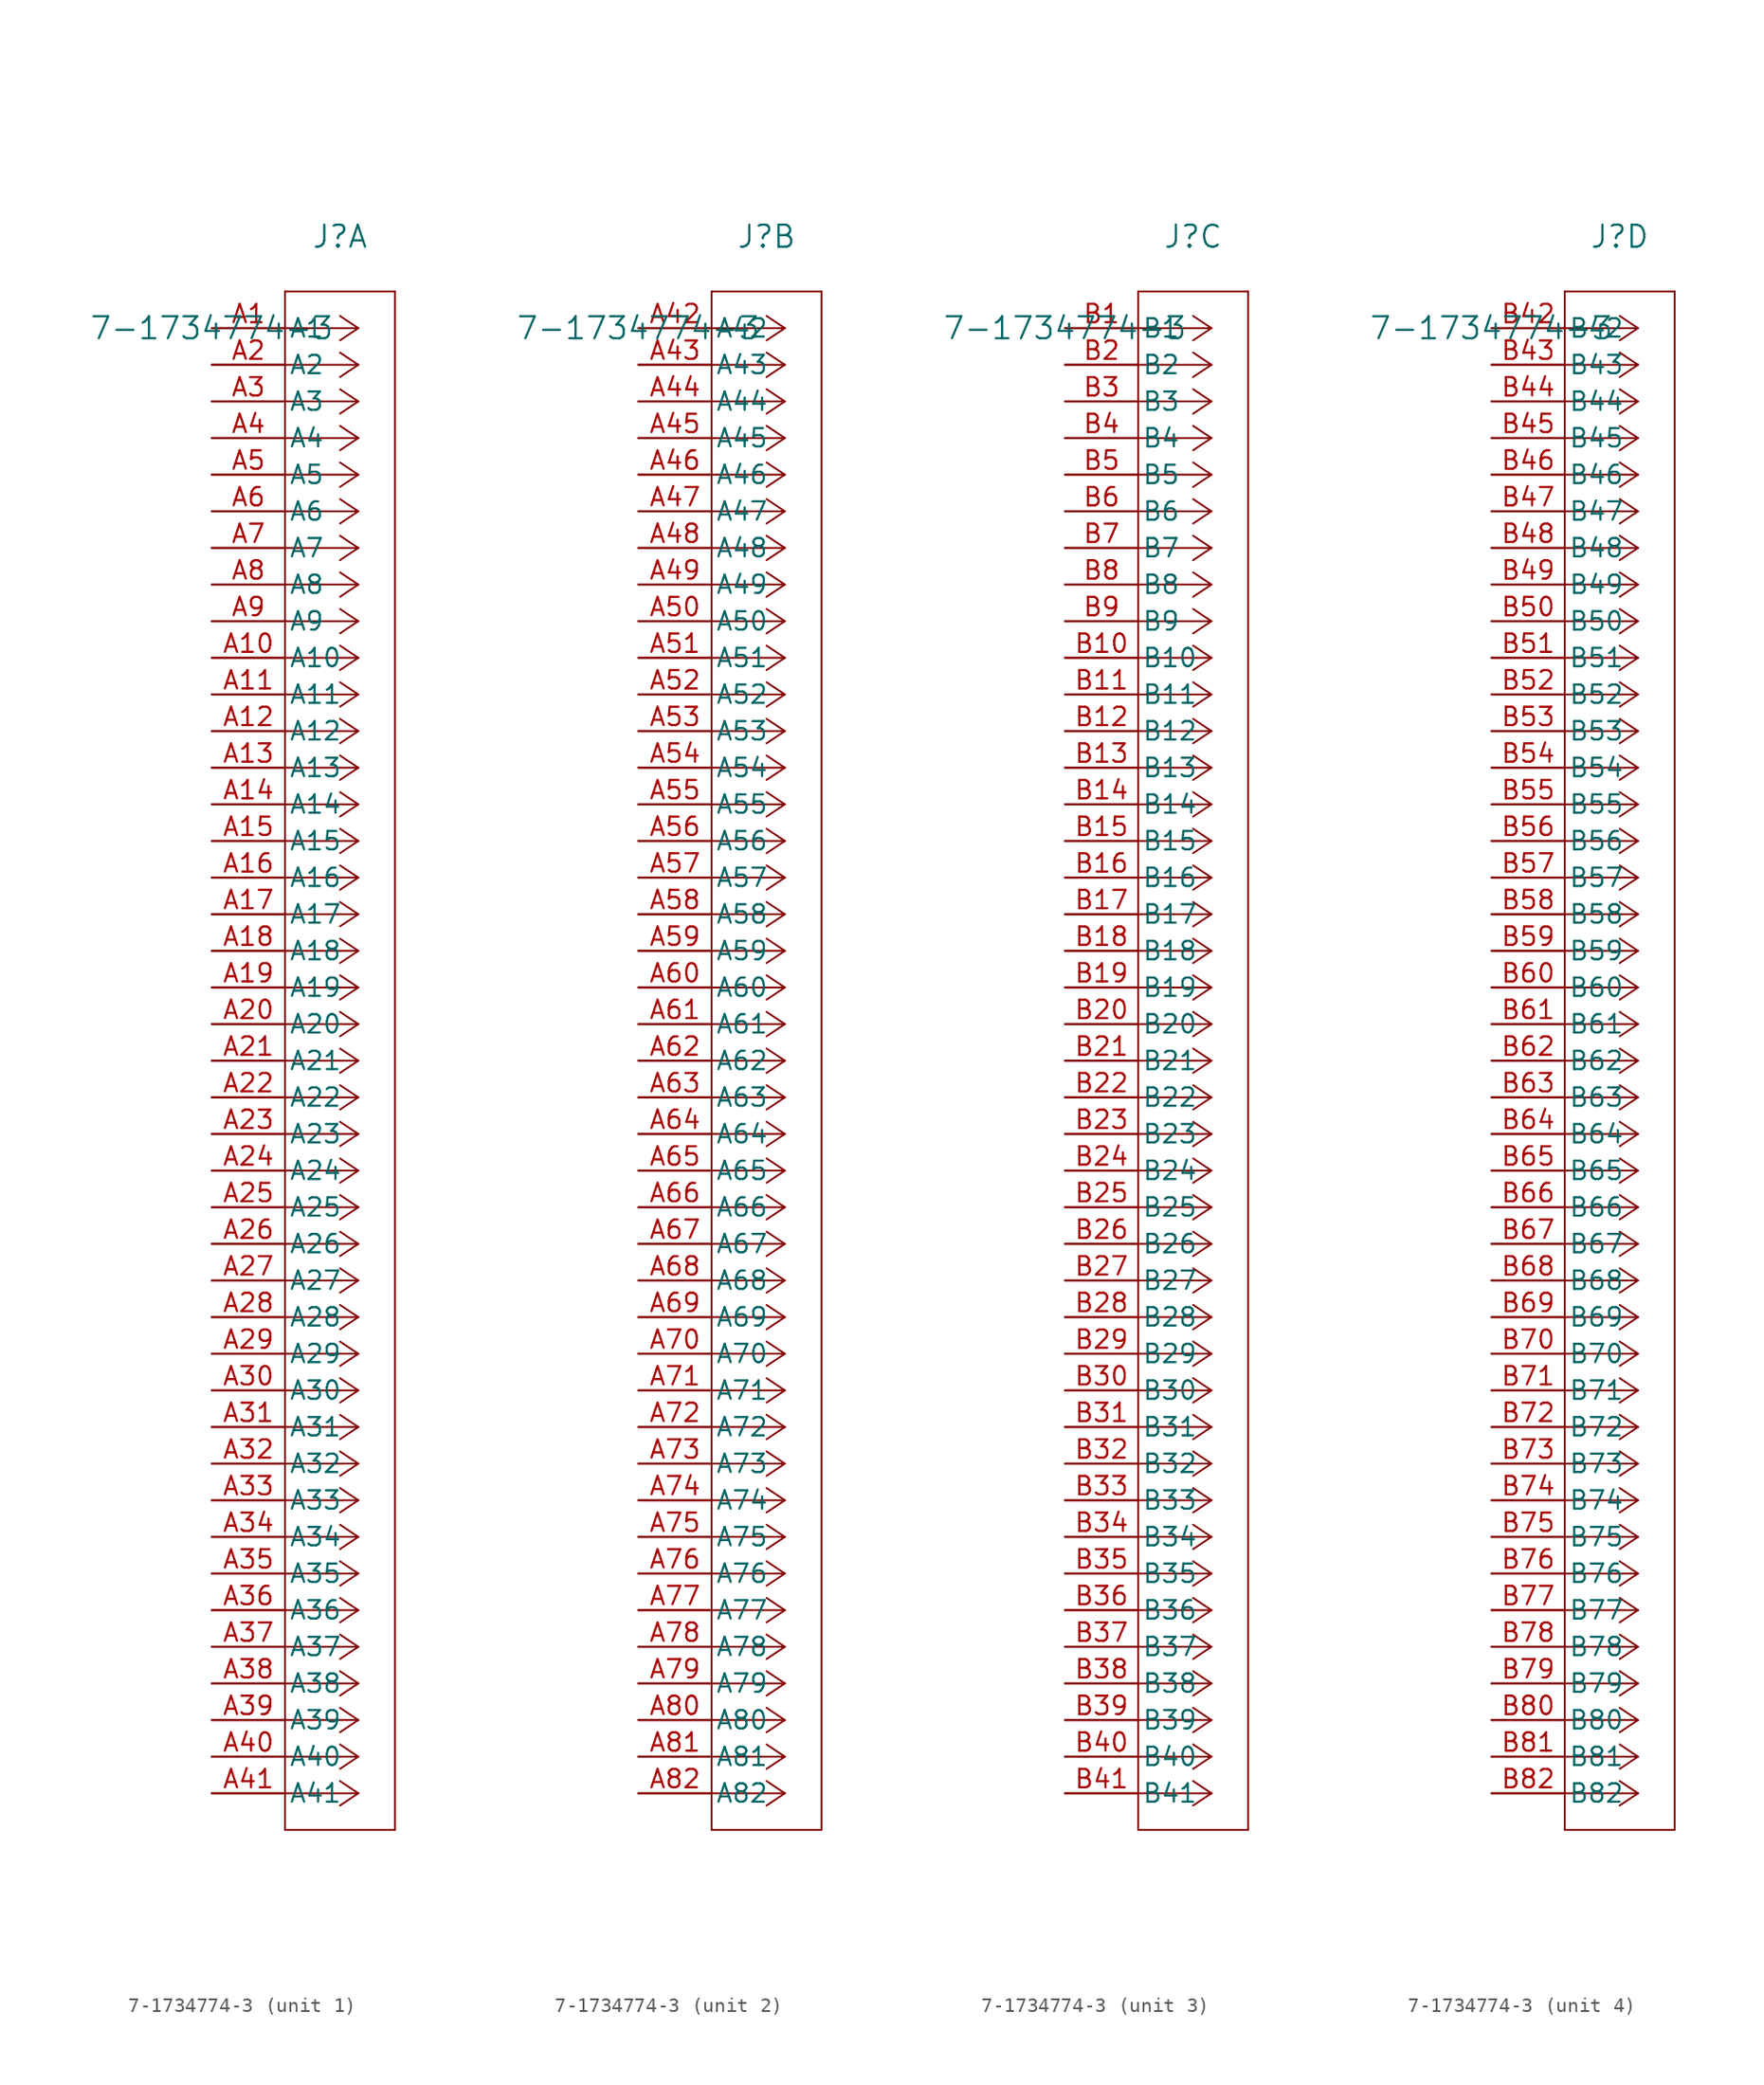
<source format=kicad_sym>
(kicad_symbol_lib
  (version 20241209)
  (generator "kicad_symbol_editor")
  (generator_version "9.0")
  (symbol "7-1734774-3"
    (pin_names
      (offset 0.254))
    (property "Reference" "J"
      (at 8.89 6.35 0)
      (effects (font (size 1.524 1.524))))
    (property "Value" "7-1734774-3"
      (at 0 0 0)
      (effects (font (size 1.524 1.524))))
    (property "ki_locked" ""
      (at 0 0 0)
      (effects (font (size 1.27 1.27))))
    (symbol "7-1734774-3_1_1"
      (polyline (pts (xy 5.08 2.54) (xy 5.08 -104.14)) (stroke (width 0.127) (type default)) (fill (type none)))
      (polyline (pts (xy 5.08 -104.14) (xy 12.7 -104.14)) (stroke (width 0.127) (type default)) (fill (type none)))
      (polyline (pts (xy 10.16 0) (xy 5.08 0)) (stroke (width 0.127) (type default)) (fill (type none)))
      (polyline (pts (xy 10.16 0) (xy 8.89 0.847)) (stroke (width 0.127) (type default)) (fill (type none)))
      (polyline (pts (xy 10.16 0) (xy 8.89 -0.847)) (stroke (width 0.127) (type default)) (fill (type none)))
      (polyline (pts (xy 10.16 -2.54) (xy 5.08 -2.54)) (stroke (width 0.127) (type default)) (fill (type none)))
      (polyline (pts (xy 10.16 -2.54) (xy 8.89 -1.693)) (stroke (width 0.127) (type default)) (fill (type none)))
      (polyline (pts (xy 10.16 -2.54) (xy 8.89 -3.387)) (stroke (width 0.127) (type default)) (fill (type none)))
      (polyline (pts (xy 10.16 -5.08) (xy 5.08 -5.08)) (stroke (width 0.127) (type default)) (fill (type none)))
      (polyline (pts (xy 10.16 -5.08) (xy 8.89 -4.233)) (stroke (width 0.127) (type default)) (fill (type none)))
      (polyline (pts (xy 10.16 -5.08) (xy 8.89 -5.927)) (stroke (width 0.127) (type default)) (fill (type none)))
      (polyline (pts (xy 10.16 -7.62) (xy 5.08 -7.62)) (stroke (width 0.127) (type default)) (fill (type none)))
      (polyline (pts (xy 10.16 -7.62) (xy 8.89 -6.773)) (stroke (width 0.127) (type default)) (fill (type none)))
      (polyline (pts (xy 10.16 -7.62) (xy 8.89 -8.467)) (stroke (width 0.127) (type default)) (fill (type none)))
      (polyline (pts (xy 10.16 -10.16) (xy 5.08 -10.16)) (stroke (width 0.127) (type default)) (fill (type none)))
      (polyline (pts (xy 10.16 -10.16) (xy 8.89 -9.313)) (stroke (width 0.127) (type default)) (fill (type none)))
      (polyline (pts (xy 10.16 -10.16) (xy 8.89 -11.007)) (stroke (width 0.127) (type default)) (fill (type none)))
      (polyline (pts (xy 10.16 -12.7) (xy 5.08 -12.7)) (stroke (width 0.127) (type default)) (fill (type none)))
      (polyline (pts (xy 10.16 -12.7) (xy 8.89 -11.853)) (stroke (width 0.127) (type default)) (fill (type none)))
      (polyline (pts (xy 10.16 -12.7) (xy 8.89 -13.547)) (stroke (width 0.127) (type default)) (fill (type none)))
      (polyline (pts (xy 10.16 -15.24) (xy 5.08 -15.24)) (stroke (width 0.127) (type default)) (fill (type none)))
      (polyline (pts (xy 10.16 -15.24) (xy 8.89 -14.393)) (stroke (width 0.127) (type default)) (fill (type none)))
      (polyline (pts (xy 10.16 -15.24) (xy 8.89 -16.087)) (stroke (width 0.127) (type default)) (fill (type none)))
      (polyline (pts (xy 10.16 -17.78) (xy 5.08 -17.78)) (stroke (width 0.127) (type default)) (fill (type none)))
      (polyline (pts (xy 10.16 -17.78) (xy 8.89 -16.933)) (stroke (width 0.127) (type default)) (fill (type none)))
      (polyline (pts (xy 10.16 -17.78) (xy 8.89 -18.627)) (stroke (width 0.127) (type default)) (fill (type none)))
      (polyline (pts (xy 10.16 -20.32) (xy 5.08 -20.32)) (stroke (width 0.127) (type default)) (fill (type none)))
      (polyline (pts (xy 10.16 -20.32) (xy 8.89 -19.473)) (stroke (width 0.127) (type default)) (fill (type none)))
      (polyline (pts (xy 10.16 -20.32) (xy 8.89 -21.167)) (stroke (width 0.127) (type default)) (fill (type none)))
      (polyline (pts (xy 10.16 -22.86) (xy 5.08 -22.86)) (stroke (width 0.127) (type default)) (fill (type none)))
      (polyline (pts (xy 10.16 -22.86) (xy 8.89 -22.013)) (stroke (width 0.127) (type default)) (fill (type none)))
      (polyline (pts (xy 10.16 -22.86) (xy 8.89 -23.707)) (stroke (width 0.127) (type default)) (fill (type none)))
      (polyline (pts (xy 10.16 -25.4) (xy 5.08 -25.4)) (stroke (width 0.127) (type default)) (fill (type none)))
      (polyline (pts (xy 10.16 -25.4) (xy 8.89 -24.553)) (stroke (width 0.127) (type default)) (fill (type none)))
      (polyline (pts (xy 10.16 -25.4) (xy 8.89 -26.247)) (stroke (width 0.127) (type default)) (fill (type none)))
      (polyline (pts (xy 10.16 -27.94) (xy 5.08 -27.94)) (stroke (width 0.127) (type default)) (fill (type none)))
      (polyline (pts (xy 10.16 -27.94) (xy 8.89 -27.093)) (stroke (width 0.127) (type default)) (fill (type none)))
      (polyline (pts (xy 10.16 -27.94) (xy 8.89 -28.787)) (stroke (width 0.127) (type default)) (fill (type none)))
      (polyline (pts (xy 10.16 -30.48) (xy 5.08 -30.48)) (stroke (width 0.127) (type default)) (fill (type none)))
      (polyline (pts (xy 10.16 -30.48) (xy 8.89 -29.633)) (stroke (width 0.127) (type default)) (fill (type none)))
      (polyline (pts (xy 10.16 -30.48) (xy 8.89 -31.327)) (stroke (width 0.127) (type default)) (fill (type none)))
      (polyline (pts (xy 10.16 -33.02) (xy 5.08 -33.02)) (stroke (width 0.127) (type default)) (fill (type none)))
      (polyline (pts (xy 10.16 -33.02) (xy 8.89 -32.173)) (stroke (width 0.127) (type default)) (fill (type none)))
      (polyline (pts (xy 10.16 -33.02) (xy 8.89 -33.867)) (stroke (width 0.127) (type default)) (fill (type none)))
      (polyline (pts (xy 10.16 -35.56) (xy 5.08 -35.56)) (stroke (width 0.127) (type default)) (fill (type none)))
      (polyline (pts (xy 10.16 -35.56) (xy 8.89 -34.713)) (stroke (width 0.127) (type default)) (fill (type none)))
      (polyline (pts (xy 10.16 -35.56) (xy 8.89 -36.407)) (stroke (width 0.127) (type default)) (fill (type none)))
      (polyline (pts (xy 10.16 -38.1) (xy 5.08 -38.1)) (stroke (width 0.127) (type default)) (fill (type none)))
      (polyline (pts (xy 10.16 -38.1) (xy 8.89 -37.253)) (stroke (width 0.127) (type default)) (fill (type none)))
      (polyline (pts (xy 10.16 -38.1) (xy 8.89 -38.947)) (stroke (width 0.127) (type default)) (fill (type none)))
      (polyline (pts (xy 10.16 -40.64) (xy 5.08 -40.64)) (stroke (width 0.127) (type default)) (fill (type none)))
      (polyline (pts (xy 10.16 -40.64) (xy 8.89 -39.793)) (stroke (width 0.127) (type default)) (fill (type none)))
      (polyline (pts (xy 10.16 -40.64) (xy 8.89 -41.487)) (stroke (width 0.127) (type default)) (fill (type none)))
      (polyline (pts (xy 10.16 -43.18) (xy 5.08 -43.18)) (stroke (width 0.127) (type default)) (fill (type none)))
      (polyline (pts (xy 10.16 -43.18) (xy 8.89 -42.333)) (stroke (width 0.127) (type default)) (fill (type none)))
      (polyline (pts (xy 10.16 -43.18) (xy 8.89 -44.027)) (stroke (width 0.127) (type default)) (fill (type none)))
      (polyline (pts (xy 10.16 -45.72) (xy 5.08 -45.72)) (stroke (width 0.127) (type default)) (fill (type none)))
      (polyline (pts (xy 10.16 -45.72) (xy 8.89 -44.873)) (stroke (width 0.127) (type default)) (fill (type none)))
      (polyline (pts (xy 10.16 -45.72) (xy 8.89 -46.567)) (stroke (width 0.127) (type default)) (fill (type none)))
      (polyline (pts (xy 10.16 -48.26) (xy 5.08 -48.26)) (stroke (width 0.127) (type default)) (fill (type none)))
      (polyline (pts (xy 10.16 -48.26) (xy 8.89 -47.413)) (stroke (width 0.127) (type default)) (fill (type none)))
      (polyline (pts (xy 10.16 -48.26) (xy 8.89 -49.107)) (stroke (width 0.127) (type default)) (fill (type none)))
      (polyline (pts (xy 10.16 -50.8) (xy 5.08 -50.8)) (stroke (width 0.127) (type default)) (fill (type none)))
      (polyline (pts (xy 10.16 -50.8) (xy 8.89 -49.953)) (stroke (width 0.127) (type default)) (fill (type none)))
      (polyline (pts (xy 10.16 -50.8) (xy 8.89 -51.647)) (stroke (width 0.127) (type default)) (fill (type none)))
      (polyline (pts (xy 10.16 -53.34) (xy 5.08 -53.34)) (stroke (width 0.127) (type default)) (fill (type none)))
      (polyline (pts (xy 10.16 -53.34) (xy 8.89 -52.493)) (stroke (width 0.127) (type default)) (fill (type none)))
      (polyline (pts (xy 10.16 -53.34) (xy 8.89 -54.187)) (stroke (width 0.127) (type default)) (fill (type none)))
      (polyline (pts (xy 10.16 -55.88) (xy 5.08 -55.88)) (stroke (width 0.127) (type default)) (fill (type none)))
      (polyline (pts (xy 10.16 -55.88) (xy 8.89 -55.033)) (stroke (width 0.127) (type default)) (fill (type none)))
      (polyline (pts (xy 10.16 -55.88) (xy 8.89 -56.727)) (stroke (width 0.127) (type default)) (fill (type none)))
      (polyline (pts (xy 10.16 -58.42) (xy 5.08 -58.42)) (stroke (width 0.127) (type default)) (fill (type none)))
      (polyline (pts (xy 10.16 -58.42) (xy 8.89 -57.573)) (stroke (width 0.127) (type default)) (fill (type none)))
      (polyline (pts (xy 10.16 -58.42) (xy 8.89 -59.267)) (stroke (width 0.127) (type default)) (fill (type none)))
      (polyline (pts (xy 10.16 -60.96) (xy 5.08 -60.96)) (stroke (width 0.127) (type default)) (fill (type none)))
      (polyline (pts (xy 10.16 -60.96) (xy 8.89 -60.113)) (stroke (width 0.127) (type default)) (fill (type none)))
      (polyline (pts (xy 10.16 -60.96) (xy 8.89 -61.807)) (stroke (width 0.127) (type default)) (fill (type none)))
      (polyline (pts (xy 10.16 -63.5) (xy 5.08 -63.5)) (stroke (width 0.127) (type default)) (fill (type none)))
      (polyline (pts (xy 10.16 -63.5) (xy 8.89 -62.653)) (stroke (width 0.127) (type default)) (fill (type none)))
      (polyline (pts (xy 10.16 -63.5) (xy 8.89 -64.347)) (stroke (width 0.127) (type default)) (fill (type none)))
      (polyline (pts (xy 10.16 -66.04) (xy 5.08 -66.04)) (stroke (width 0.127) (type default)) (fill (type none)))
      (polyline (pts (xy 10.16 -66.04) (xy 8.89 -65.193)) (stroke (width 0.127) (type default)) (fill (type none)))
      (polyline (pts (xy 10.16 -66.04) (xy 8.89 -66.887)) (stroke (width 0.127) (type default)) (fill (type none)))
      (polyline (pts (xy 10.16 -68.58) (xy 5.08 -68.58)) (stroke (width 0.127) (type default)) (fill (type none)))
      (polyline (pts (xy 10.16 -68.58) (xy 8.89 -67.733)) (stroke (width 0.127) (type default)) (fill (type none)))
      (polyline (pts (xy 10.16 -68.58) (xy 8.89 -69.427)) (stroke (width 0.127) (type default)) (fill (type none)))
      (polyline (pts (xy 10.16 -71.12) (xy 5.08 -71.12)) (stroke (width 0.127) (type default)) (fill (type none)))
      (polyline (pts (xy 10.16 -71.12) (xy 8.89 -70.273)) (stroke (width 0.127) (type default)) (fill (type none)))
      (polyline (pts (xy 10.16 -71.12) (xy 8.89 -71.967)) (stroke (width 0.127) (type default)) (fill (type none)))
      (polyline (pts (xy 10.16 -73.66) (xy 5.08 -73.66)) (stroke (width 0.127) (type default)) (fill (type none)))
      (polyline (pts (xy 10.16 -73.66) (xy 8.89 -72.813)) (stroke (width 0.127) (type default)) (fill (type none)))
      (polyline (pts (xy 10.16 -73.66) (xy 8.89 -74.507)) (stroke (width 0.127) (type default)) (fill (type none)))
      (polyline (pts (xy 10.16 -76.2) (xy 5.08 -76.2)) (stroke (width 0.127) (type default)) (fill (type none)))
      (polyline (pts (xy 10.16 -76.2) (xy 8.89 -75.353)) (stroke (width 0.127) (type default)) (fill (type none)))
      (polyline (pts (xy 10.16 -76.2) (xy 8.89 -77.047)) (stroke (width 0.127) (type default)) (fill (type none)))
      (polyline (pts (xy 10.16 -78.74) (xy 5.08 -78.74)) (stroke (width 0.127) (type default)) (fill (type none)))
      (polyline (pts (xy 10.16 -78.74) (xy 8.89 -77.893)) (stroke (width 0.127) (type default)) (fill (type none)))
      (polyline (pts (xy 10.16 -78.74) (xy 8.89 -79.587)) (stroke (width 0.127) (type default)) (fill (type none)))
      (polyline (pts (xy 10.16 -81.28) (xy 5.08 -81.28)) (stroke (width 0.127) (type default)) (fill (type none)))
      (polyline (pts (xy 10.16 -81.28) (xy 8.89 -80.433)) (stroke (width 0.127) (type default)) (fill (type none)))
      (polyline (pts (xy 10.16 -81.28) (xy 8.89 -82.127)) (stroke (width 0.127) (type default)) (fill (type none)))
      (polyline (pts (xy 10.16 -83.82) (xy 5.08 -83.82)) (stroke (width 0.127) (type default)) (fill (type none)))
      (polyline (pts (xy 10.16 -83.82) (xy 8.89 -82.973)) (stroke (width 0.127) (type default)) (fill (type none)))
      (polyline (pts (xy 10.16 -83.82) (xy 8.89 -84.667)) (stroke (width 0.127) (type default)) (fill (type none)))
      (polyline (pts (xy 10.16 -86.36) (xy 5.08 -86.36)) (stroke (width 0.127) (type default)) (fill (type none)))
      (polyline (pts (xy 10.16 -86.36) (xy 8.89 -85.513)) (stroke (width 0.127) (type default)) (fill (type none)))
      (polyline (pts (xy 10.16 -86.36) (xy 8.89 -87.207)) (stroke (width 0.127) (type default)) (fill (type none)))
      (polyline (pts (xy 10.16 -88.9) (xy 5.08 -88.9)) (stroke (width 0.127) (type default)) (fill (type none)))
      (polyline (pts (xy 10.16 -88.9) (xy 8.89 -88.053)) (stroke (width 0.127) (type default)) (fill (type none)))
      (polyline (pts (xy 10.16 -88.9) (xy 8.89 -89.747)) (stroke (width 0.127) (type default)) (fill (type none)))
      (polyline (pts (xy 10.16 -91.44) (xy 5.08 -91.44)) (stroke (width 0.127) (type default)) (fill (type none)))
      (polyline (pts (xy 10.16 -91.44) (xy 8.89 -90.593)) (stroke (width 0.127) (type default)) (fill (type none)))
      (polyline (pts (xy 10.16 -91.44) (xy 8.89 -92.287)) (stroke (width 0.127) (type default)) (fill (type none)))
      (polyline (pts (xy 10.16 -93.98) (xy 5.08 -93.98)) (stroke (width 0.127) (type default)) (fill (type none)))
      (polyline (pts (xy 10.16 -93.98) (xy 8.89 -93.133)) (stroke (width 0.127) (type default)) (fill (type none)))
      (polyline (pts (xy 10.16 -93.98) (xy 8.89 -94.827)) (stroke (width 0.127) (type default)) (fill (type none)))
      (polyline (pts (xy 10.16 -96.52) (xy 5.08 -96.52)) (stroke (width 0.127) (type default)) (fill (type none)))
      (polyline (pts (xy 10.16 -96.52) (xy 8.89 -95.673)) (stroke (width 0.127) (type default)) (fill (type none)))
      (polyline (pts (xy 10.16 -96.52) (xy 8.89 -97.367)) (stroke (width 0.127) (type default)) (fill (type none)))
      (polyline (pts (xy 10.16 -99.06) (xy 5.08 -99.06)) (stroke (width 0.127) (type default)) (fill (type none)))
      (polyline (pts (xy 10.16 -99.06) (xy 8.89 -98.213)) (stroke (width 0.127) (type default)) (fill (type none)))
      (polyline (pts (xy 10.16 -99.06) (xy 8.89 -99.907)) (stroke (width 0.127) (type default)) (fill (type none)))
      (polyline (pts (xy 10.16 -101.6) (xy 5.08 -101.6)) (stroke (width 0.127) (type default)) (fill (type none)))
      (polyline (pts (xy 10.16 -101.6) (xy 8.89 -100.753)) (stroke (width 0.127) (type default)) (fill (type none)))
      (polyline (pts (xy 10.16 -101.6) (xy 8.89 -102.447)) (stroke (width 0.127) (type default)) (fill (type none)))
      (polyline (pts (xy 12.7 2.54) (xy 5.08 2.54)) (stroke (width 0.127) (type default)) (fill (type none)))
      (polyline (pts (xy 12.7 -104.14) (xy 12.7 2.54)) (stroke (width 0.127) (type default)) (fill (type none)))
      (pin unspecified line (at 0 0 0) (length 5.08) (name "A1" (effects (font (size 1.27 1.27)))) (number "A1" (effects (font (size 1.27 1.27)))))
      (pin unspecified line (at 0 -2.54 0) (length 5.08) (name "A2" (effects (font (size 1.27 1.27)))) (number "A2" (effects (font (size 1.27 1.27)))))
      (pin unspecified line (at 0 -5.08 0) (length 5.08) (name "A3" (effects (font (size 1.27 1.27)))) (number "A3" (effects (font (size 1.27 1.27)))))
      (pin unspecified line (at 0 -7.62 0) (length 5.08) (name "A4" (effects (font (size 1.27 1.27)))) (number "A4" (effects (font (size 1.27 1.27)))))
      (pin unspecified line (at 0 -10.16 0) (length 5.08) (name "A5" (effects (font (size 1.27 1.27)))) (number "A5" (effects (font (size 1.27 1.27)))))
      (pin unspecified line (at 0 -12.7 0) (length 5.08) (name "A6" (effects (font (size 1.27 1.27)))) (number "A6" (effects (font (size 1.27 1.27)))))
      (pin unspecified line (at 0 -15.24 0) (length 5.08) (name "A7" (effects (font (size 1.27 1.27)))) (number "A7" (effects (font (size 1.27 1.27)))))
      (pin unspecified line (at 0 -17.78 0) (length 5.08) (name "A8" (effects (font (size 1.27 1.27)))) (number "A8" (effects (font (size 1.27 1.27)))))
      (pin unspecified line (at 0 -20.32 0) (length 5.08) (name "A9" (effects (font (size 1.27 1.27)))) (number "A9" (effects (font (size 1.27 1.27)))))
      (pin unspecified line (at 0 -22.86 0) (length 5.08) (name "A10" (effects (font (size 1.27 1.27)))) (number "A10" (effects (font (size 1.27 1.27)))))
      (pin unspecified line (at 0 -25.4 0) (length 5.08) (name "A11" (effects (font (size 1.27 1.27)))) (number "A11" (effects (font (size 1.27 1.27)))))
      (pin unspecified line (at 0 -27.94 0) (length 5.08) (name "A12" (effects (font (size 1.27 1.27)))) (number "A12" (effects (font (size 1.27 1.27)))))
      (pin unspecified line (at 0 -30.48 0) (length 5.08) (name "A13" (effects (font (size 1.27 1.27)))) (number "A13" (effects (font (size 1.27 1.27)))))
      (pin unspecified line (at 0 -33.02 0) (length 5.08) (name "A14" (effects (font (size 1.27 1.27)))) (number "A14" (effects (font (size 1.27 1.27)))))
      (pin unspecified line (at 0 -35.56 0) (length 5.08) (name "A15" (effects (font (size 1.27 1.27)))) (number "A15" (effects (font (size 1.27 1.27)))))
      (pin unspecified line (at 0 -38.1 0) (length 5.08) (name "A16" (effects (font (size 1.27 1.27)))) (number "A16" (effects (font (size 1.27 1.27)))))
      (pin unspecified line (at 0 -40.64 0) (length 5.08) (name "A17" (effects (font (size 1.27 1.27)))) (number "A17" (effects (font (size 1.27 1.27)))))
      (pin unspecified line (at 0 -43.18 0) (length 5.08) (name "A18" (effects (font (size 1.27 1.27)))) (number "A18" (effects (font (size 1.27 1.27)))))
      (pin unspecified line (at 0 -45.72 0) (length 5.08) (name "A19" (effects (font (size 1.27 1.27)))) (number "A19" (effects (font (size 1.27 1.27)))))
      (pin unspecified line (at 0 -48.26 0) (length 5.08) (name "A20" (effects (font (size 1.27 1.27)))) (number "A20" (effects (font (size 1.27 1.27)))))
      (pin unspecified line (at 0 -50.8 0) (length 5.08) (name "A21" (effects (font (size 1.27 1.27)))) (number "A21" (effects (font (size 1.27 1.27)))))
      (pin unspecified line (at 0 -53.34 0) (length 5.08) (name "A22" (effects (font (size 1.27 1.27)))) (number "A22" (effects (font (size 1.27 1.27)))))
      (pin unspecified line (at 0 -55.88 0) (length 5.08) (name "A23" (effects (font (size 1.27 1.27)))) (number "A23" (effects (font (size 1.27 1.27)))))
      (pin unspecified line (at 0 -58.42 0) (length 5.08) (name "A24" (effects (font (size 1.27 1.27)))) (number "A24" (effects (font (size 1.27 1.27)))))
      (pin unspecified line (at 0 -60.96 0) (length 5.08) (name "A25" (effects (font (size 1.27 1.27)))) (number "A25" (effects (font (size 1.27 1.27)))))
      (pin unspecified line (at 0 -63.5 0) (length 5.08) (name "A26" (effects (font (size 1.27 1.27)))) (number "A26" (effects (font (size 1.27 1.27)))))
      (pin unspecified line (at 0 -66.04 0) (length 5.08) (name "A27" (effects (font (size 1.27 1.27)))) (number "A27" (effects (font (size 1.27 1.27)))))
      (pin unspecified line (at 0 -68.58 0) (length 5.08) (name "A28" (effects (font (size 1.27 1.27)))) (number "A28" (effects (font (size 1.27 1.27)))))
      (pin unspecified line (at 0 -71.12 0) (length 5.08) (name "A29" (effects (font (size 1.27 1.27)))) (number "A29" (effects (font (size 1.27 1.27)))))
      (pin unspecified line (at 0 -73.66 0) (length 5.08) (name "A30" (effects (font (size 1.27 1.27)))) (number "A30" (effects (font (size 1.27 1.27)))))
      (pin unspecified line (at 0 -76.2 0) (length 5.08) (name "A31" (effects (font (size 1.27 1.27)))) (number "A31" (effects (font (size 1.27 1.27)))))
      (pin unspecified line (at 0 -78.74 0) (length 5.08) (name "A32" (effects (font (size 1.27 1.27)))) (number "A32" (effects (font (size 1.27 1.27)))))
      (pin unspecified line (at 0 -81.28 0) (length 5.08) (name "A33" (effects (font (size 1.27 1.27)))) (number "A33" (effects (font (size 1.27 1.27)))))
      (pin unspecified line (at 0 -83.82 0) (length 5.08) (name "A34" (effects (font (size 1.27 1.27)))) (number "A34" (effects (font (size 1.27 1.27)))))
      (pin unspecified line (at 0 -86.36 0) (length 5.08) (name "A35" (effects (font (size 1.27 1.27)))) (number "A35" (effects (font (size 1.27 1.27)))))
      (pin unspecified line (at 0 -88.9 0) (length 5.08) (name "A36" (effects (font (size 1.27 1.27)))) (number "A36" (effects (font (size 1.27 1.27)))))
      (pin unspecified line (at 0 -91.44 0) (length 5.08) (name "A37" (effects (font (size 1.27 1.27)))) (number "A37" (effects (font (size 1.27 1.27)))))
      (pin unspecified line (at 0 -93.98 0) (length 5.08) (name "A38" (effects (font (size 1.27 1.27)))) (number "A38" (effects (font (size 1.27 1.27)))))
      (pin unspecified line (at 0 -96.52 0) (length 5.08) (name "A39" (effects (font (size 1.27 1.27)))) (number "A39" (effects (font (size 1.27 1.27)))))
      (pin unspecified line (at 0 -99.06 0) (length 5.08) (name "A40" (effects (font (size 1.27 1.27)))) (number "A40" (effects (font (size 1.27 1.27)))))
      (pin unspecified line (at 0 -101.6 0) (length 5.08) (name "A41" (effects (font (size 1.27 1.27)))) (number "A41" (effects (font (size 1.27 1.27))))))
    (symbol "7-1734774-3_2_1"
      (polyline (pts (xy 5.08 2.54) (xy 5.08 -104.14)) (stroke (width 0.127) (type default)) (fill (type none)))
      (polyline (pts (xy 5.08 -104.14) (xy 12.7 -104.14)) (stroke (width 0.127) (type default)) (fill (type none)))
      (polyline (pts (xy 10.16 0) (xy 5.08 0)) (stroke (width 0.127) (type default)) (fill (type none)))
      (polyline (pts (xy 10.16 0) (xy 8.89 0.847)) (stroke (width 0.127) (type default)) (fill (type none)))
      (polyline (pts (xy 10.16 0) (xy 8.89 -0.847)) (stroke (width 0.127) (type default)) (fill (type none)))
      (polyline (pts (xy 10.16 -2.54) (xy 5.08 -2.54)) (stroke (width 0.127) (type default)) (fill (type none)))
      (polyline (pts (xy 10.16 -2.54) (xy 8.89 -1.693)) (stroke (width 0.127) (type default)) (fill (type none)))
      (polyline (pts (xy 10.16 -2.54) (xy 8.89 -3.387)) (stroke (width 0.127) (type default)) (fill (type none)))
      (polyline (pts (xy 10.16 -5.08) (xy 5.08 -5.08)) (stroke (width 0.127) (type default)) (fill (type none)))
      (polyline (pts (xy 10.16 -5.08) (xy 8.89 -4.233)) (stroke (width 0.127) (type default)) (fill (type none)))
      (polyline (pts (xy 10.16 -5.08) (xy 8.89 -5.927)) (stroke (width 0.127) (type default)) (fill (type none)))
      (polyline (pts (xy 10.16 -7.62) (xy 5.08 -7.62)) (stroke (width 0.127) (type default)) (fill (type none)))
      (polyline (pts (xy 10.16 -7.62) (xy 8.89 -6.773)) (stroke (width 0.127) (type default)) (fill (type none)))
      (polyline (pts (xy 10.16 -7.62) (xy 8.89 -8.467)) (stroke (width 0.127) (type default)) (fill (type none)))
      (polyline (pts (xy 10.16 -10.16) (xy 5.08 -10.16)) (stroke (width 0.127) (type default)) (fill (type none)))
      (polyline (pts (xy 10.16 -10.16) (xy 8.89 -9.313)) (stroke (width 0.127) (type default)) (fill (type none)))
      (polyline (pts (xy 10.16 -10.16) (xy 8.89 -11.007)) (stroke (width 0.127) (type default)) (fill (type none)))
      (polyline (pts (xy 10.16 -12.7) (xy 5.08 -12.7)) (stroke (width 0.127) (type default)) (fill (type none)))
      (polyline (pts (xy 10.16 -12.7) (xy 8.89 -11.853)) (stroke (width 0.127) (type default)) (fill (type none)))
      (polyline (pts (xy 10.16 -12.7) (xy 8.89 -13.547)) (stroke (width 0.127) (type default)) (fill (type none)))
      (polyline (pts (xy 10.16 -15.24) (xy 5.08 -15.24)) (stroke (width 0.127) (type default)) (fill (type none)))
      (polyline (pts (xy 10.16 -15.24) (xy 8.89 -14.393)) (stroke (width 0.127) (type default)) (fill (type none)))
      (polyline (pts (xy 10.16 -15.24) (xy 8.89 -16.087)) (stroke (width 0.127) (type default)) (fill (type none)))
      (polyline (pts (xy 10.16 -17.78) (xy 5.08 -17.78)) (stroke (width 0.127) (type default)) (fill (type none)))
      (polyline (pts (xy 10.16 -17.78) (xy 8.89 -16.933)) (stroke (width 0.127) (type default)) (fill (type none)))
      (polyline (pts (xy 10.16 -17.78) (xy 8.89 -18.627)) (stroke (width 0.127) (type default)) (fill (type none)))
      (polyline (pts (xy 10.16 -20.32) (xy 5.08 -20.32)) (stroke (width 0.127) (type default)) (fill (type none)))
      (polyline (pts (xy 10.16 -20.32) (xy 8.89 -19.473)) (stroke (width 0.127) (type default)) (fill (type none)))
      (polyline (pts (xy 10.16 -20.32) (xy 8.89 -21.167)) (stroke (width 0.127) (type default)) (fill (type none)))
      (polyline (pts (xy 10.16 -22.86) (xy 5.08 -22.86)) (stroke (width 0.127) (type default)) (fill (type none)))
      (polyline (pts (xy 10.16 -22.86) (xy 8.89 -22.013)) (stroke (width 0.127) (type default)) (fill (type none)))
      (polyline (pts (xy 10.16 -22.86) (xy 8.89 -23.707)) (stroke (width 0.127) (type default)) (fill (type none)))
      (polyline (pts (xy 10.16 -25.4) (xy 5.08 -25.4)) (stroke (width 0.127) (type default)) (fill (type none)))
      (polyline (pts (xy 10.16 -25.4) (xy 8.89 -24.553)) (stroke (width 0.127) (type default)) (fill (type none)))
      (polyline (pts (xy 10.16 -25.4) (xy 8.89 -26.247)) (stroke (width 0.127) (type default)) (fill (type none)))
      (polyline (pts (xy 10.16 -27.94) (xy 5.08 -27.94)) (stroke (width 0.127) (type default)) (fill (type none)))
      (polyline (pts (xy 10.16 -27.94) (xy 8.89 -27.093)) (stroke (width 0.127) (type default)) (fill (type none)))
      (polyline (pts (xy 10.16 -27.94) (xy 8.89 -28.787)) (stroke (width 0.127) (type default)) (fill (type none)))
      (polyline (pts (xy 10.16 -30.48) (xy 5.08 -30.48)) (stroke (width 0.127) (type default)) (fill (type none)))
      (polyline (pts (xy 10.16 -30.48) (xy 8.89 -29.633)) (stroke (width 0.127) (type default)) (fill (type none)))
      (polyline (pts (xy 10.16 -30.48) (xy 8.89 -31.327)) (stroke (width 0.127) (type default)) (fill (type none)))
      (polyline (pts (xy 10.16 -33.02) (xy 5.08 -33.02)) (stroke (width 0.127) (type default)) (fill (type none)))
      (polyline (pts (xy 10.16 -33.02) (xy 8.89 -32.173)) (stroke (width 0.127) (type default)) (fill (type none)))
      (polyline (pts (xy 10.16 -33.02) (xy 8.89 -33.867)) (stroke (width 0.127) (type default)) (fill (type none)))
      (polyline (pts (xy 10.16 -35.56) (xy 5.08 -35.56)) (stroke (width 0.127) (type default)) (fill (type none)))
      (polyline (pts (xy 10.16 -35.56) (xy 8.89 -34.713)) (stroke (width 0.127) (type default)) (fill (type none)))
      (polyline (pts (xy 10.16 -35.56) (xy 8.89 -36.407)) (stroke (width 0.127) (type default)) (fill (type none)))
      (polyline (pts (xy 10.16 -38.1) (xy 5.08 -38.1)) (stroke (width 0.127) (type default)) (fill (type none)))
      (polyline (pts (xy 10.16 -38.1) (xy 8.89 -37.253)) (stroke (width 0.127) (type default)) (fill (type none)))
      (polyline (pts (xy 10.16 -38.1) (xy 8.89 -38.947)) (stroke (width 0.127) (type default)) (fill (type none)))
      (polyline (pts (xy 10.16 -40.64) (xy 5.08 -40.64)) (stroke (width 0.127) (type default)) (fill (type none)))
      (polyline (pts (xy 10.16 -40.64) (xy 8.89 -39.793)) (stroke (width 0.127) (type default)) (fill (type none)))
      (polyline (pts (xy 10.16 -40.64) (xy 8.89 -41.487)) (stroke (width 0.127) (type default)) (fill (type none)))
      (polyline (pts (xy 10.16 -43.18) (xy 5.08 -43.18)) (stroke (width 0.127) (type default)) (fill (type none)))
      (polyline (pts (xy 10.16 -43.18) (xy 8.89 -42.333)) (stroke (width 0.127) (type default)) (fill (type none)))
      (polyline (pts (xy 10.16 -43.18) (xy 8.89 -44.027)) (stroke (width 0.127) (type default)) (fill (type none)))
      (polyline (pts (xy 10.16 -45.72) (xy 5.08 -45.72)) (stroke (width 0.127) (type default)) (fill (type none)))
      (polyline (pts (xy 10.16 -45.72) (xy 8.89 -44.873)) (stroke (width 0.127) (type default)) (fill (type none)))
      (polyline (pts (xy 10.16 -45.72) (xy 8.89 -46.567)) (stroke (width 0.127) (type default)) (fill (type none)))
      (polyline (pts (xy 10.16 -48.26) (xy 5.08 -48.26)) (stroke (width 0.127) (type default)) (fill (type none)))
      (polyline (pts (xy 10.16 -48.26) (xy 8.89 -47.413)) (stroke (width 0.127) (type default)) (fill (type none)))
      (polyline (pts (xy 10.16 -48.26) (xy 8.89 -49.107)) (stroke (width 0.127) (type default)) (fill (type none)))
      (polyline (pts (xy 10.16 -50.8) (xy 5.08 -50.8)) (stroke (width 0.127) (type default)) (fill (type none)))
      (polyline (pts (xy 10.16 -50.8) (xy 8.89 -49.953)) (stroke (width 0.127) (type default)) (fill (type none)))
      (polyline (pts (xy 10.16 -50.8) (xy 8.89 -51.647)) (stroke (width 0.127) (type default)) (fill (type none)))
      (polyline (pts (xy 10.16 -53.34) (xy 5.08 -53.34)) (stroke (width 0.127) (type default)) (fill (type none)))
      (polyline (pts (xy 10.16 -53.34) (xy 8.89 -52.493)) (stroke (width 0.127) (type default)) (fill (type none)))
      (polyline (pts (xy 10.16 -53.34) (xy 8.89 -54.187)) (stroke (width 0.127) (type default)) (fill (type none)))
      (polyline (pts (xy 10.16 -55.88) (xy 5.08 -55.88)) (stroke (width 0.127) (type default)) (fill (type none)))
      (polyline (pts (xy 10.16 -55.88) (xy 8.89 -55.033)) (stroke (width 0.127) (type default)) (fill (type none)))
      (polyline (pts (xy 10.16 -55.88) (xy 8.89 -56.727)) (stroke (width 0.127) (type default)) (fill (type none)))
      (polyline (pts (xy 10.16 -58.42) (xy 5.08 -58.42)) (stroke (width 0.127) (type default)) (fill (type none)))
      (polyline (pts (xy 10.16 -58.42) (xy 8.89 -57.573)) (stroke (width 0.127) (type default)) (fill (type none)))
      (polyline (pts (xy 10.16 -58.42) (xy 8.89 -59.267)) (stroke (width 0.127) (type default)) (fill (type none)))
      (polyline (pts (xy 10.16 -60.96) (xy 5.08 -60.96)) (stroke (width 0.127) (type default)) (fill (type none)))
      (polyline (pts (xy 10.16 -60.96) (xy 8.89 -60.113)) (stroke (width 0.127) (type default)) (fill (type none)))
      (polyline (pts (xy 10.16 -60.96) (xy 8.89 -61.807)) (stroke (width 0.127) (type default)) (fill (type none)))
      (polyline (pts (xy 10.16 -63.5) (xy 5.08 -63.5)) (stroke (width 0.127) (type default)) (fill (type none)))
      (polyline (pts (xy 10.16 -63.5) (xy 8.89 -62.653)) (stroke (width 0.127) (type default)) (fill (type none)))
      (polyline (pts (xy 10.16 -63.5) (xy 8.89 -64.347)) (stroke (width 0.127) (type default)) (fill (type none)))
      (polyline (pts (xy 10.16 -66.04) (xy 5.08 -66.04)) (stroke (width 0.127) (type default)) (fill (type none)))
      (polyline (pts (xy 10.16 -66.04) (xy 8.89 -65.193)) (stroke (width 0.127) (type default)) (fill (type none)))
      (polyline (pts (xy 10.16 -66.04) (xy 8.89 -66.887)) (stroke (width 0.127) (type default)) (fill (type none)))
      (polyline (pts (xy 10.16 -68.58) (xy 5.08 -68.58)) (stroke (width 0.127) (type default)) (fill (type none)))
      (polyline (pts (xy 10.16 -68.58) (xy 8.89 -67.733)) (stroke (width 0.127) (type default)) (fill (type none)))
      (polyline (pts (xy 10.16 -68.58) (xy 8.89 -69.427)) (stroke (width 0.127) (type default)) (fill (type none)))
      (polyline (pts (xy 10.16 -71.12) (xy 5.08 -71.12)) (stroke (width 0.127) (type default)) (fill (type none)))
      (polyline (pts (xy 10.16 -71.12) (xy 8.89 -70.273)) (stroke (width 0.127) (type default)) (fill (type none)))
      (polyline (pts (xy 10.16 -71.12) (xy 8.89 -71.967)) (stroke (width 0.127) (type default)) (fill (type none)))
      (polyline (pts (xy 10.16 -73.66) (xy 5.08 -73.66)) (stroke (width 0.127) (type default)) (fill (type none)))
      (polyline (pts (xy 10.16 -73.66) (xy 8.89 -72.813)) (stroke (width 0.127) (type default)) (fill (type none)))
      (polyline (pts (xy 10.16 -73.66) (xy 8.89 -74.507)) (stroke (width 0.127) (type default)) (fill (type none)))
      (polyline (pts (xy 10.16 -76.2) (xy 5.08 -76.2)) (stroke (width 0.127) (type default)) (fill (type none)))
      (polyline (pts (xy 10.16 -76.2) (xy 8.89 -75.353)) (stroke (width 0.127) (type default)) (fill (type none)))
      (polyline (pts (xy 10.16 -76.2) (xy 8.89 -77.047)) (stroke (width 0.127) (type default)) (fill (type none)))
      (polyline (pts (xy 10.16 -78.74) (xy 5.08 -78.74)) (stroke (width 0.127) (type default)) (fill (type none)))
      (polyline (pts (xy 10.16 -78.74) (xy 8.89 -77.893)) (stroke (width 0.127) (type default)) (fill (type none)))
      (polyline (pts (xy 10.16 -78.74) (xy 8.89 -79.587)) (stroke (width 0.127) (type default)) (fill (type none)))
      (polyline (pts (xy 10.16 -81.28) (xy 5.08 -81.28)) (stroke (width 0.127) (type default)) (fill (type none)))
      (polyline (pts (xy 10.16 -81.28) (xy 8.89 -80.433)) (stroke (width 0.127) (type default)) (fill (type none)))
      (polyline (pts (xy 10.16 -81.28) (xy 8.89 -82.127)) (stroke (width 0.127) (type default)) (fill (type none)))
      (polyline (pts (xy 10.16 -83.82) (xy 5.08 -83.82)) (stroke (width 0.127) (type default)) (fill (type none)))
      (polyline (pts (xy 10.16 -83.82) (xy 8.89 -82.973)) (stroke (width 0.127) (type default)) (fill (type none)))
      (polyline (pts (xy 10.16 -83.82) (xy 8.89 -84.667)) (stroke (width 0.127) (type default)) (fill (type none)))
      (polyline (pts (xy 10.16 -86.36) (xy 5.08 -86.36)) (stroke (width 0.127) (type default)) (fill (type none)))
      (polyline (pts (xy 10.16 -86.36) (xy 8.89 -85.513)) (stroke (width 0.127) (type default)) (fill (type none)))
      (polyline (pts (xy 10.16 -86.36) (xy 8.89 -87.207)) (stroke (width 0.127) (type default)) (fill (type none)))
      (polyline (pts (xy 10.16 -88.9) (xy 5.08 -88.9)) (stroke (width 0.127) (type default)) (fill (type none)))
      (polyline (pts (xy 10.16 -88.9) (xy 8.89 -88.053)) (stroke (width 0.127) (type default)) (fill (type none)))
      (polyline (pts (xy 10.16 -88.9) (xy 8.89 -89.747)) (stroke (width 0.127) (type default)) (fill (type none)))
      (polyline (pts (xy 10.16 -91.44) (xy 5.08 -91.44)) (stroke (width 0.127) (type default)) (fill (type none)))
      (polyline (pts (xy 10.16 -91.44) (xy 8.89 -90.593)) (stroke (width 0.127) (type default)) (fill (type none)))
      (polyline (pts (xy 10.16 -91.44) (xy 8.89 -92.287)) (stroke (width 0.127) (type default)) (fill (type none)))
      (polyline (pts (xy 10.16 -93.98) (xy 5.08 -93.98)) (stroke (width 0.127) (type default)) (fill (type none)))
      (polyline (pts (xy 10.16 -93.98) (xy 8.89 -93.133)) (stroke (width 0.127) (type default)) (fill (type none)))
      (polyline (pts (xy 10.16 -93.98) (xy 8.89 -94.827)) (stroke (width 0.127) (type default)) (fill (type none)))
      (polyline (pts (xy 10.16 -96.52) (xy 5.08 -96.52)) (stroke (width 0.127) (type default)) (fill (type none)))
      (polyline (pts (xy 10.16 -96.52) (xy 8.89 -95.673)) (stroke (width 0.127) (type default)) (fill (type none)))
      (polyline (pts (xy 10.16 -96.52) (xy 8.89 -97.367)) (stroke (width 0.127) (type default)) (fill (type none)))
      (polyline (pts (xy 10.16 -99.06) (xy 5.08 -99.06)) (stroke (width 0.127) (type default)) (fill (type none)))
      (polyline (pts (xy 10.16 -99.06) (xy 8.89 -98.213)) (stroke (width 0.127) (type default)) (fill (type none)))
      (polyline (pts (xy 10.16 -99.06) (xy 8.89 -99.907)) (stroke (width 0.127) (type default)) (fill (type none)))
      (polyline (pts (xy 10.16 -101.6) (xy 5.08 -101.6)) (stroke (width 0.127) (type default)) (fill (type none)))
      (polyline (pts (xy 10.16 -101.6) (xy 8.89 -100.753)) (stroke (width 0.127) (type default)) (fill (type none)))
      (polyline (pts (xy 10.16 -101.6) (xy 8.89 -102.447)) (stroke (width 0.127) (type default)) (fill (type none)))
      (polyline (pts (xy 12.7 2.54) (xy 5.08 2.54)) (stroke (width 0.127) (type default)) (fill (type none)))
      (polyline (pts (xy 12.7 -104.14) (xy 12.7 2.54)) (stroke (width 0.127) (type default)) (fill (type none)))
      (pin unspecified line (at 0 0 0) (length 5.08) (name "A42" (effects (font (size 1.27 1.27)))) (number "A42" (effects (font (size 1.27 1.27)))))
      (pin unspecified line (at 0 -2.54 0) (length 5.08) (name "A43" (effects (font (size 1.27 1.27)))) (number "A43" (effects (font (size 1.27 1.27)))))
      (pin unspecified line (at 0 -5.08 0) (length 5.08) (name "A44" (effects (font (size 1.27 1.27)))) (number "A44" (effects (font (size 1.27 1.27)))))
      (pin unspecified line (at 0 -7.62 0) (length 5.08) (name "A45" (effects (font (size 1.27 1.27)))) (number "A45" (effects (font (size 1.27 1.27)))))
      (pin unspecified line (at 0 -10.16 0) (length 5.08) (name "A46" (effects (font (size 1.27 1.27)))) (number "A46" (effects (font (size 1.27 1.27)))))
      (pin unspecified line (at 0 -12.7 0) (length 5.08) (name "A47" (effects (font (size 1.27 1.27)))) (number "A47" (effects (font (size 1.27 1.27)))))
      (pin unspecified line (at 0 -15.24 0) (length 5.08) (name "A48" (effects (font (size 1.27 1.27)))) (number "A48" (effects (font (size 1.27 1.27)))))
      (pin unspecified line (at 0 -17.78 0) (length 5.08) (name "A49" (effects (font (size 1.27 1.27)))) (number "A49" (effects (font (size 1.27 1.27)))))
      (pin unspecified line (at 0 -20.32 0) (length 5.08) (name "A50" (effects (font (size 1.27 1.27)))) (number "A50" (effects (font (size 1.27 1.27)))))
      (pin unspecified line (at 0 -22.86 0) (length 5.08) (name "A51" (effects (font (size 1.27 1.27)))) (number "A51" (effects (font (size 1.27 1.27)))))
      (pin unspecified line (at 0 -25.4 0) (length 5.08) (name "A52" (effects (font (size 1.27 1.27)))) (number "A52" (effects (font (size 1.27 1.27)))))
      (pin unspecified line (at 0 -27.94 0) (length 5.08) (name "A53" (effects (font (size 1.27 1.27)))) (number "A53" (effects (font (size 1.27 1.27)))))
      (pin unspecified line (at 0 -30.48 0) (length 5.08) (name "A54" (effects (font (size 1.27 1.27)))) (number "A54" (effects (font (size 1.27 1.27)))))
      (pin unspecified line (at 0 -33.02 0) (length 5.08) (name "A55" (effects (font (size 1.27 1.27)))) (number "A55" (effects (font (size 1.27 1.27)))))
      (pin unspecified line (at 0 -35.56 0) (length 5.08) (name "A56" (effects (font (size 1.27 1.27)))) (number "A56" (effects (font (size 1.27 1.27)))))
      (pin unspecified line (at 0 -38.1 0) (length 5.08) (name "A57" (effects (font (size 1.27 1.27)))) (number "A57" (effects (font (size 1.27 1.27)))))
      (pin unspecified line (at 0 -40.64 0) (length 5.08) (name "A58" (effects (font (size 1.27 1.27)))) (number "A58" (effects (font (size 1.27 1.27)))))
      (pin unspecified line (at 0 -43.18 0) (length 5.08) (name "A59" (effects (font (size 1.27 1.27)))) (number "A59" (effects (font (size 1.27 1.27)))))
      (pin unspecified line (at 0 -45.72 0) (length 5.08) (name "A60" (effects (font (size 1.27 1.27)))) (number "A60" (effects (font (size 1.27 1.27)))))
      (pin unspecified line (at 0 -48.26 0) (length 5.08) (name "A61" (effects (font (size 1.27 1.27)))) (number "A61" (effects (font (size 1.27 1.27)))))
      (pin unspecified line (at 0 -50.8 0) (length 5.08) (name "A62" (effects (font (size 1.27 1.27)))) (number "A62" (effects (font (size 1.27 1.27)))))
      (pin unspecified line (at 0 -53.34 0) (length 5.08) (name "A63" (effects (font (size 1.27 1.27)))) (number "A63" (effects (font (size 1.27 1.27)))))
      (pin unspecified line (at 0 -55.88 0) (length 5.08) (name "A64" (effects (font (size 1.27 1.27)))) (number "A64" (effects (font (size 1.27 1.27)))))
      (pin unspecified line (at 0 -58.42 0) (length 5.08) (name "A65" (effects (font (size 1.27 1.27)))) (number "A65" (effects (font (size 1.27 1.27)))))
      (pin unspecified line (at 0 -60.96 0) (length 5.08) (name "A66" (effects (font (size 1.27 1.27)))) (number "A66" (effects (font (size 1.27 1.27)))))
      (pin unspecified line (at 0 -63.5 0) (length 5.08) (name "A67" (effects (font (size 1.27 1.27)))) (number "A67" (effects (font (size 1.27 1.27)))))
      (pin unspecified line (at 0 -66.04 0) (length 5.08) (name "A68" (effects (font (size 1.27 1.27)))) (number "A68" (effects (font (size 1.27 1.27)))))
      (pin unspecified line (at 0 -68.58 0) (length 5.08) (name "A69" (effects (font (size 1.27 1.27)))) (number "A69" (effects (font (size 1.27 1.27)))))
      (pin unspecified line (at 0 -71.12 0) (length 5.08) (name "A70" (effects (font (size 1.27 1.27)))) (number "A70" (effects (font (size 1.27 1.27)))))
      (pin unspecified line (at 0 -73.66 0) (length 5.08) (name "A71" (effects (font (size 1.27 1.27)))) (number "A71" (effects (font (size 1.27 1.27)))))
      (pin unspecified line (at 0 -76.2 0) (length 5.08) (name "A72" (effects (font (size 1.27 1.27)))) (number "A72" (effects (font (size 1.27 1.27)))))
      (pin unspecified line (at 0 -78.74 0) (length 5.08) (name "A73" (effects (font (size 1.27 1.27)))) (number "A73" (effects (font (size 1.27 1.27)))))
      (pin unspecified line (at 0 -81.28 0) (length 5.08) (name "A74" (effects (font (size 1.27 1.27)))) (number "A74" (effects (font (size 1.27 1.27)))))
      (pin unspecified line (at 0 -83.82 0) (length 5.08) (name "A75" (effects (font (size 1.27 1.27)))) (number "A75" (effects (font (size 1.27 1.27)))))
      (pin unspecified line (at 0 -86.36 0) (length 5.08) (name "A76" (effects (font (size 1.27 1.27)))) (number "A76" (effects (font (size 1.27 1.27)))))
      (pin unspecified line (at 0 -88.9 0) (length 5.08) (name "A77" (effects (font (size 1.27 1.27)))) (number "A77" (effects (font (size 1.27 1.27)))))
      (pin unspecified line (at 0 -91.44 0) (length 5.08) (name "A78" (effects (font (size 1.27 1.27)))) (number "A78" (effects (font (size 1.27 1.27)))))
      (pin unspecified line (at 0 -93.98 0) (length 5.08) (name "A79" (effects (font (size 1.27 1.27)))) (number "A79" (effects (font (size 1.27 1.27)))))
      (pin unspecified line (at 0 -96.52 0) (length 5.08) (name "A80" (effects (font (size 1.27 1.27)))) (number "A80" (effects (font (size 1.27 1.27)))))
      (pin unspecified line (at 0 -99.06 0) (length 5.08) (name "A81" (effects (font (size 1.27 1.27)))) (number "A81" (effects (font (size 1.27 1.27)))))
      (pin unspecified line (at 0 -101.6 0) (length 5.08) (name "A82" (effects (font (size 1.27 1.27)))) (number "A82" (effects (font (size 1.27 1.27))))))
    (symbol "7-1734774-3_3_1"
      (polyline (pts (xy 5.08 2.54) (xy 5.08 -104.14)) (stroke (width 0.127) (type default)) (fill (type none)))
      (polyline (pts (xy 5.08 -104.14) (xy 12.7 -104.14)) (stroke (width 0.127) (type default)) (fill (type none)))
      (polyline (pts (xy 10.16 0) (xy 5.08 0)) (stroke (width 0.127) (type default)) (fill (type none)))
      (polyline (pts (xy 10.16 0) (xy 8.89 0.847)) (stroke (width 0.127) (type default)) (fill (type none)))
      (polyline (pts (xy 10.16 0) (xy 8.89 -0.847)) (stroke (width 0.127) (type default)) (fill (type none)))
      (polyline (pts (xy 10.16 -2.54) (xy 5.08 -2.54)) (stroke (width 0.127) (type default)) (fill (type none)))
      (polyline (pts (xy 10.16 -2.54) (xy 8.89 -1.693)) (stroke (width 0.127) (type default)) (fill (type none)))
      (polyline (pts (xy 10.16 -2.54) (xy 8.89 -3.387)) (stroke (width 0.127) (type default)) (fill (type none)))
      (polyline (pts (xy 10.16 -5.08) (xy 5.08 -5.08)) (stroke (width 0.127) (type default)) (fill (type none)))
      (polyline (pts (xy 10.16 -5.08) (xy 8.89 -4.233)) (stroke (width 0.127) (type default)) (fill (type none)))
      (polyline (pts (xy 10.16 -5.08) (xy 8.89 -5.927)) (stroke (width 0.127) (type default)) (fill (type none)))
      (polyline (pts (xy 10.16 -7.62) (xy 5.08 -7.62)) (stroke (width 0.127) (type default)) (fill (type none)))
      (polyline (pts (xy 10.16 -7.62) (xy 8.89 -6.773)) (stroke (width 0.127) (type default)) (fill (type none)))
      (polyline (pts (xy 10.16 -7.62) (xy 8.89 -8.467)) (stroke (width 0.127) (type default)) (fill (type none)))
      (polyline (pts (xy 10.16 -10.16) (xy 5.08 -10.16)) (stroke (width 0.127) (type default)) (fill (type none)))
      (polyline (pts (xy 10.16 -10.16) (xy 8.89 -9.313)) (stroke (width 0.127) (type default)) (fill (type none)))
      (polyline (pts (xy 10.16 -10.16) (xy 8.89 -11.007)) (stroke (width 0.127) (type default)) (fill (type none)))
      (polyline (pts (xy 10.16 -12.7) (xy 5.08 -12.7)) (stroke (width 0.127) (type default)) (fill (type none)))
      (polyline (pts (xy 10.16 -12.7) (xy 8.89 -11.853)) (stroke (width 0.127) (type default)) (fill (type none)))
      (polyline (pts (xy 10.16 -12.7) (xy 8.89 -13.547)) (stroke (width 0.127) (type default)) (fill (type none)))
      (polyline (pts (xy 10.16 -15.24) (xy 5.08 -15.24)) (stroke (width 0.127) (type default)) (fill (type none)))
      (polyline (pts (xy 10.16 -15.24) (xy 8.89 -14.393)) (stroke (width 0.127) (type default)) (fill (type none)))
      (polyline (pts (xy 10.16 -15.24) (xy 8.89 -16.087)) (stroke (width 0.127) (type default)) (fill (type none)))
      (polyline (pts (xy 10.16 -17.78) (xy 5.08 -17.78)) (stroke (width 0.127) (type default)) (fill (type none)))
      (polyline (pts (xy 10.16 -17.78) (xy 8.89 -16.933)) (stroke (width 0.127) (type default)) (fill (type none)))
      (polyline (pts (xy 10.16 -17.78) (xy 8.89 -18.627)) (stroke (width 0.127) (type default)) (fill (type none)))
      (polyline (pts (xy 10.16 -20.32) (xy 5.08 -20.32)) (stroke (width 0.127) (type default)) (fill (type none)))
      (polyline (pts (xy 10.16 -20.32) (xy 8.89 -19.473)) (stroke (width 0.127) (type default)) (fill (type none)))
      (polyline (pts (xy 10.16 -20.32) (xy 8.89 -21.167)) (stroke (width 0.127) (type default)) (fill (type none)))
      (polyline (pts (xy 10.16 -22.86) (xy 5.08 -22.86)) (stroke (width 0.127) (type default)) (fill (type none)))
      (polyline (pts (xy 10.16 -22.86) (xy 8.89 -22.013)) (stroke (width 0.127) (type default)) (fill (type none)))
      (polyline (pts (xy 10.16 -22.86) (xy 8.89 -23.707)) (stroke (width 0.127) (type default)) (fill (type none)))
      (polyline (pts (xy 10.16 -25.4) (xy 5.08 -25.4)) (stroke (width 0.127) (type default)) (fill (type none)))
      (polyline (pts (xy 10.16 -25.4) (xy 8.89 -24.553)) (stroke (width 0.127) (type default)) (fill (type none)))
      (polyline (pts (xy 10.16 -25.4) (xy 8.89 -26.247)) (stroke (width 0.127) (type default)) (fill (type none)))
      (polyline (pts (xy 10.16 -27.94) (xy 5.08 -27.94)) (stroke (width 0.127) (type default)) (fill (type none)))
      (polyline (pts (xy 10.16 -27.94) (xy 8.89 -27.093)) (stroke (width 0.127) (type default)) (fill (type none)))
      (polyline (pts (xy 10.16 -27.94) (xy 8.89 -28.787)) (stroke (width 0.127) (type default)) (fill (type none)))
      (polyline (pts (xy 10.16 -30.48) (xy 5.08 -30.48)) (stroke (width 0.127) (type default)) (fill (type none)))
      (polyline (pts (xy 10.16 -30.48) (xy 8.89 -29.633)) (stroke (width 0.127) (type default)) (fill (type none)))
      (polyline (pts (xy 10.16 -30.48) (xy 8.89 -31.327)) (stroke (width 0.127) (type default)) (fill (type none)))
      (polyline (pts (xy 10.16 -33.02) (xy 5.08 -33.02)) (stroke (width 0.127) (type default)) (fill (type none)))
      (polyline (pts (xy 10.16 -33.02) (xy 8.89 -32.173)) (stroke (width 0.127) (type default)) (fill (type none)))
      (polyline (pts (xy 10.16 -33.02) (xy 8.89 -33.867)) (stroke (width 0.127) (type default)) (fill (type none)))
      (polyline (pts (xy 10.16 -35.56) (xy 5.08 -35.56)) (stroke (width 0.127) (type default)) (fill (type none)))
      (polyline (pts (xy 10.16 -35.56) (xy 8.89 -34.713)) (stroke (width 0.127) (type default)) (fill (type none)))
      (polyline (pts (xy 10.16 -35.56) (xy 8.89 -36.407)) (stroke (width 0.127) (type default)) (fill (type none)))
      (polyline (pts (xy 10.16 -38.1) (xy 5.08 -38.1)) (stroke (width 0.127) (type default)) (fill (type none)))
      (polyline (pts (xy 10.16 -38.1) (xy 8.89 -37.253)) (stroke (width 0.127) (type default)) (fill (type none)))
      (polyline (pts (xy 10.16 -38.1) (xy 8.89 -38.947)) (stroke (width 0.127) (type default)) (fill (type none)))
      (polyline (pts (xy 10.16 -40.64) (xy 5.08 -40.64)) (stroke (width 0.127) (type default)) (fill (type none)))
      (polyline (pts (xy 10.16 -40.64) (xy 8.89 -39.793)) (stroke (width 0.127) (type default)) (fill (type none)))
      (polyline (pts (xy 10.16 -40.64) (xy 8.89 -41.487)) (stroke (width 0.127) (type default)) (fill (type none)))
      (polyline (pts (xy 10.16 -43.18) (xy 5.08 -43.18)) (stroke (width 0.127) (type default)) (fill (type none)))
      (polyline (pts (xy 10.16 -43.18) (xy 8.89 -42.333)) (stroke (width 0.127) (type default)) (fill (type none)))
      (polyline (pts (xy 10.16 -43.18) (xy 8.89 -44.027)) (stroke (width 0.127) (type default)) (fill (type none)))
      (polyline (pts (xy 10.16 -45.72) (xy 5.08 -45.72)) (stroke (width 0.127) (type default)) (fill (type none)))
      (polyline (pts (xy 10.16 -45.72) (xy 8.89 -44.873)) (stroke (width 0.127) (type default)) (fill (type none)))
      (polyline (pts (xy 10.16 -45.72) (xy 8.89 -46.567)) (stroke (width 0.127) (type default)) (fill (type none)))
      (polyline (pts (xy 10.16 -48.26) (xy 5.08 -48.26)) (stroke (width 0.127) (type default)) (fill (type none)))
      (polyline (pts (xy 10.16 -48.26) (xy 8.89 -47.413)) (stroke (width 0.127) (type default)) (fill (type none)))
      (polyline (pts (xy 10.16 -48.26) (xy 8.89 -49.107)) (stroke (width 0.127) (type default)) (fill (type none)))
      (polyline (pts (xy 10.16 -50.8) (xy 5.08 -50.8)) (stroke (width 0.127) (type default)) (fill (type none)))
      (polyline (pts (xy 10.16 -50.8) (xy 8.89 -49.953)) (stroke (width 0.127) (type default)) (fill (type none)))
      (polyline (pts (xy 10.16 -50.8) (xy 8.89 -51.647)) (stroke (width 0.127) (type default)) (fill (type none)))
      (polyline (pts (xy 10.16 -53.34) (xy 5.08 -53.34)) (stroke (width 0.127) (type default)) (fill (type none)))
      (polyline (pts (xy 10.16 -53.34) (xy 8.89 -52.493)) (stroke (width 0.127) (type default)) (fill (type none)))
      (polyline (pts (xy 10.16 -53.34) (xy 8.89 -54.187)) (stroke (width 0.127) (type default)) (fill (type none)))
      (polyline (pts (xy 10.16 -55.88) (xy 5.08 -55.88)) (stroke (width 0.127) (type default)) (fill (type none)))
      (polyline (pts (xy 10.16 -55.88) (xy 8.89 -55.033)) (stroke (width 0.127) (type default)) (fill (type none)))
      (polyline (pts (xy 10.16 -55.88) (xy 8.89 -56.727)) (stroke (width 0.127) (type default)) (fill (type none)))
      (polyline (pts (xy 10.16 -58.42) (xy 5.08 -58.42)) (stroke (width 0.127) (type default)) (fill (type none)))
      (polyline (pts (xy 10.16 -58.42) (xy 8.89 -57.573)) (stroke (width 0.127) (type default)) (fill (type none)))
      (polyline (pts (xy 10.16 -58.42) (xy 8.89 -59.267)) (stroke (width 0.127) (type default)) (fill (type none)))
      (polyline (pts (xy 10.16 -60.96) (xy 5.08 -60.96)) (stroke (width 0.127) (type default)) (fill (type none)))
      (polyline (pts (xy 10.16 -60.96) (xy 8.89 -60.113)) (stroke (width 0.127) (type default)) (fill (type none)))
      (polyline (pts (xy 10.16 -60.96) (xy 8.89 -61.807)) (stroke (width 0.127) (type default)) (fill (type none)))
      (polyline (pts (xy 10.16 -63.5) (xy 5.08 -63.5)) (stroke (width 0.127) (type default)) (fill (type none)))
      (polyline (pts (xy 10.16 -63.5) (xy 8.89 -62.653)) (stroke (width 0.127) (type default)) (fill (type none)))
      (polyline (pts (xy 10.16 -63.5) (xy 8.89 -64.347)) (stroke (width 0.127) (type default)) (fill (type none)))
      (polyline (pts (xy 10.16 -66.04) (xy 5.08 -66.04)) (stroke (width 0.127) (type default)) (fill (type none)))
      (polyline (pts (xy 10.16 -66.04) (xy 8.89 -65.193)) (stroke (width 0.127) (type default)) (fill (type none)))
      (polyline (pts (xy 10.16 -66.04) (xy 8.89 -66.887)) (stroke (width 0.127) (type default)) (fill (type none)))
      (polyline (pts (xy 10.16 -68.58) (xy 5.08 -68.58)) (stroke (width 0.127) (type default)) (fill (type none)))
      (polyline (pts (xy 10.16 -68.58) (xy 8.89 -67.733)) (stroke (width 0.127) (type default)) (fill (type none)))
      (polyline (pts (xy 10.16 -68.58) (xy 8.89 -69.427)) (stroke (width 0.127) (type default)) (fill (type none)))
      (polyline (pts (xy 10.16 -71.12) (xy 5.08 -71.12)) (stroke (width 0.127) (type default)) (fill (type none)))
      (polyline (pts (xy 10.16 -71.12) (xy 8.89 -70.273)) (stroke (width 0.127) (type default)) (fill (type none)))
      (polyline (pts (xy 10.16 -71.12) (xy 8.89 -71.967)) (stroke (width 0.127) (type default)) (fill (type none)))
      (polyline (pts (xy 10.16 -73.66) (xy 5.08 -73.66)) (stroke (width 0.127) (type default)) (fill (type none)))
      (polyline (pts (xy 10.16 -73.66) (xy 8.89 -72.813)) (stroke (width 0.127) (type default)) (fill (type none)))
      (polyline (pts (xy 10.16 -73.66) (xy 8.89 -74.507)) (stroke (width 0.127) (type default)) (fill (type none)))
      (polyline (pts (xy 10.16 -76.2) (xy 5.08 -76.2)) (stroke (width 0.127) (type default)) (fill (type none)))
      (polyline (pts (xy 10.16 -76.2) (xy 8.89 -75.353)) (stroke (width 0.127) (type default)) (fill (type none)))
      (polyline (pts (xy 10.16 -76.2) (xy 8.89 -77.047)) (stroke (width 0.127) (type default)) (fill (type none)))
      (polyline (pts (xy 10.16 -78.74) (xy 5.08 -78.74)) (stroke (width 0.127) (type default)) (fill (type none)))
      (polyline (pts (xy 10.16 -78.74) (xy 8.89 -77.893)) (stroke (width 0.127) (type default)) (fill (type none)))
      (polyline (pts (xy 10.16 -78.74) (xy 8.89 -79.587)) (stroke (width 0.127) (type default)) (fill (type none)))
      (polyline (pts (xy 10.16 -81.28) (xy 5.08 -81.28)) (stroke (width 0.127) (type default)) (fill (type none)))
      (polyline (pts (xy 10.16 -81.28) (xy 8.89 -80.433)) (stroke (width 0.127) (type default)) (fill (type none)))
      (polyline (pts (xy 10.16 -81.28) (xy 8.89 -82.127)) (stroke (width 0.127) (type default)) (fill (type none)))
      (polyline (pts (xy 10.16 -83.82) (xy 5.08 -83.82)) (stroke (width 0.127) (type default)) (fill (type none)))
      (polyline (pts (xy 10.16 -83.82) (xy 8.89 -82.973)) (stroke (width 0.127) (type default)) (fill (type none)))
      (polyline (pts (xy 10.16 -83.82) (xy 8.89 -84.667)) (stroke (width 0.127) (type default)) (fill (type none)))
      (polyline (pts (xy 10.16 -86.36) (xy 5.08 -86.36)) (stroke (width 0.127) (type default)) (fill (type none)))
      (polyline (pts (xy 10.16 -86.36) (xy 8.89 -85.513)) (stroke (width 0.127) (type default)) (fill (type none)))
      (polyline (pts (xy 10.16 -86.36) (xy 8.89 -87.207)) (stroke (width 0.127) (type default)) (fill (type none)))
      (polyline (pts (xy 10.16 -88.9) (xy 5.08 -88.9)) (stroke (width 0.127) (type default)) (fill (type none)))
      (polyline (pts (xy 10.16 -88.9) (xy 8.89 -88.053)) (stroke (width 0.127) (type default)) (fill (type none)))
      (polyline (pts (xy 10.16 -88.9) (xy 8.89 -89.747)) (stroke (width 0.127) (type default)) (fill (type none)))
      (polyline (pts (xy 10.16 -91.44) (xy 5.08 -91.44)) (stroke (width 0.127) (type default)) (fill (type none)))
      (polyline (pts (xy 10.16 -91.44) (xy 8.89 -90.593)) (stroke (width 0.127) (type default)) (fill (type none)))
      (polyline (pts (xy 10.16 -91.44) (xy 8.89 -92.287)) (stroke (width 0.127) (type default)) (fill (type none)))
      (polyline (pts (xy 10.16 -93.98) (xy 5.08 -93.98)) (stroke (width 0.127) (type default)) (fill (type none)))
      (polyline (pts (xy 10.16 -93.98) (xy 8.89 -93.133)) (stroke (width 0.127) (type default)) (fill (type none)))
      (polyline (pts (xy 10.16 -93.98) (xy 8.89 -94.827)) (stroke (width 0.127) (type default)) (fill (type none)))
      (polyline (pts (xy 10.16 -96.52) (xy 5.08 -96.52)) (stroke (width 0.127) (type default)) (fill (type none)))
      (polyline (pts (xy 10.16 -96.52) (xy 8.89 -95.673)) (stroke (width 0.127) (type default)) (fill (type none)))
      (polyline (pts (xy 10.16 -96.52) (xy 8.89 -97.367)) (stroke (width 0.127) (type default)) (fill (type none)))
      (polyline (pts (xy 10.16 -99.06) (xy 5.08 -99.06)) (stroke (width 0.127) (type default)) (fill (type none)))
      (polyline (pts (xy 10.16 -99.06) (xy 8.89 -98.213)) (stroke (width 0.127) (type default)) (fill (type none)))
      (polyline (pts (xy 10.16 -99.06) (xy 8.89 -99.907)) (stroke (width 0.127) (type default)) (fill (type none)))
      (polyline (pts (xy 10.16 -101.6) (xy 5.08 -101.6)) (stroke (width 0.127) (type default)) (fill (type none)))
      (polyline (pts (xy 10.16 -101.6) (xy 8.89 -100.753)) (stroke (width 0.127) (type default)) (fill (type none)))
      (polyline (pts (xy 10.16 -101.6) (xy 8.89 -102.447)) (stroke (width 0.127) (type default)) (fill (type none)))
      (polyline (pts (xy 12.7 2.54) (xy 5.08 2.54)) (stroke (width 0.127) (type default)) (fill (type none)))
      (polyline (pts (xy 12.7 -104.14) (xy 12.7 2.54)) (stroke (width 0.127) (type default)) (fill (type none)))
      (pin unspecified line (at 0 0 0) (length 5.08) (name "B1" (effects (font (size 1.27 1.27)))) (number "B1" (effects (font (size 1.27 1.27)))))
      (pin unspecified line (at 0 -2.54 0) (length 5.08) (name "B2" (effects (font (size 1.27 1.27)))) (number "B2" (effects (font (size 1.27 1.27)))))
      (pin unspecified line (at 0 -5.08 0) (length 5.08) (name "B3" (effects (font (size 1.27 1.27)))) (number "B3" (effects (font (size 1.27 1.27)))))
      (pin unspecified line (at 0 -7.62 0) (length 5.08) (name "B4" (effects (font (size 1.27 1.27)))) (number "B4" (effects (font (size 1.27 1.27)))))
      (pin unspecified line (at 0 -10.16 0) (length 5.08) (name "B5" (effects (font (size 1.27 1.27)))) (number "B5" (effects (font (size 1.27 1.27)))))
      (pin unspecified line (at 0 -12.7 0) (length 5.08) (name "B6" (effects (font (size 1.27 1.27)))) (number "B6" (effects (font (size 1.27 1.27)))))
      (pin unspecified line (at 0 -15.24 0) (length 5.08) (name "B7" (effects (font (size 1.27 1.27)))) (number "B7" (effects (font (size 1.27 1.27)))))
      (pin unspecified line (at 0 -17.78 0) (length 5.08) (name "B8" (effects (font (size 1.27 1.27)))) (number "B8" (effects (font (size 1.27 1.27)))))
      (pin unspecified line (at 0 -20.32 0) (length 5.08) (name "B9" (effects (font (size 1.27 1.27)))) (number "B9" (effects (font (size 1.27 1.27)))))
      (pin unspecified line (at 0 -22.86 0) (length 5.08) (name "B10" (effects (font (size 1.27 1.27)))) (number "B10" (effects (font (size 1.27 1.27)))))
      (pin unspecified line (at 0 -25.4 0) (length 5.08) (name "B11" (effects (font (size 1.27 1.27)))) (number "B11" (effects (font (size 1.27 1.27)))))
      (pin unspecified line (at 0 -27.94 0) (length 5.08) (name "B12" (effects (font (size 1.27 1.27)))) (number "B12" (effects (font (size 1.27 1.27)))))
      (pin unspecified line (at 0 -30.48 0) (length 5.08) (name "B13" (effects (font (size 1.27 1.27)))) (number "B13" (effects (font (size 1.27 1.27)))))
      (pin unspecified line (at 0 -33.02 0) (length 5.08) (name "B14" (effects (font (size 1.27 1.27)))) (number "B14" (effects (font (size 1.27 1.27)))))
      (pin unspecified line (at 0 -35.56 0) (length 5.08) (name "B15" (effects (font (size 1.27 1.27)))) (number "B15" (effects (font (size 1.27 1.27)))))
      (pin unspecified line (at 0 -38.1 0) (length 5.08) (name "B16" (effects (font (size 1.27 1.27)))) (number "B16" (effects (font (size 1.27 1.27)))))
      (pin unspecified line (at 0 -40.64 0) (length 5.08) (name "B17" (effects (font (size 1.27 1.27)))) (number "B17" (effects (font (size 1.27 1.27)))))
      (pin unspecified line (at 0 -43.18 0) (length 5.08) (name "B18" (effects (font (size 1.27 1.27)))) (number "B18" (effects (font (size 1.27 1.27)))))
      (pin unspecified line (at 0 -45.72 0) (length 5.08) (name "B19" (effects (font (size 1.27 1.27)))) (number "B19" (effects (font (size 1.27 1.27)))))
      (pin unspecified line (at 0 -48.26 0) (length 5.08) (name "B20" (effects (font (size 1.27 1.27)))) (number "B20" (effects (font (size 1.27 1.27)))))
      (pin unspecified line (at 0 -50.8 0) (length 5.08) (name "B21" (effects (font (size 1.27 1.27)))) (number "B21" (effects (font (size 1.27 1.27)))))
      (pin unspecified line (at 0 -53.34 0) (length 5.08) (name "B22" (effects (font (size 1.27 1.27)))) (number "B22" (effects (font (size 1.27 1.27)))))
      (pin unspecified line (at 0 -55.88 0) (length 5.08) (name "B23" (effects (font (size 1.27 1.27)))) (number "B23" (effects (font (size 1.27 1.27)))))
      (pin unspecified line (at 0 -58.42 0) (length 5.08) (name "B24" (effects (font (size 1.27 1.27)))) (number "B24" (effects (font (size 1.27 1.27)))))
      (pin unspecified line (at 0 -60.96 0) (length 5.08) (name "B25" (effects (font (size 1.27 1.27)))) (number "B25" (effects (font (size 1.27 1.27)))))
      (pin unspecified line (at 0 -63.5 0) (length 5.08) (name "B26" (effects (font (size 1.27 1.27)))) (number "B26" (effects (font (size 1.27 1.27)))))
      (pin unspecified line (at 0 -66.04 0) (length 5.08) (name "B27" (effects (font (size 1.27 1.27)))) (number "B27" (effects (font (size 1.27 1.27)))))
      (pin unspecified line (at 0 -68.58 0) (length 5.08) (name "B28" (effects (font (size 1.27 1.27)))) (number "B28" (effects (font (size 1.27 1.27)))))
      (pin unspecified line (at 0 -71.12 0) (length 5.08) (name "B29" (effects (font (size 1.27 1.27)))) (number "B29" (effects (font (size 1.27 1.27)))))
      (pin unspecified line (at 0 -73.66 0) (length 5.08) (name "B30" (effects (font (size 1.27 1.27)))) (number "B30" (effects (font (size 1.27 1.27)))))
      (pin unspecified line (at 0 -76.2 0) (length 5.08) (name "B31" (effects (font (size 1.27 1.27)))) (number "B31" (effects (font (size 1.27 1.27)))))
      (pin unspecified line (at 0 -78.74 0) (length 5.08) (name "B32" (effects (font (size 1.27 1.27)))) (number "B32" (effects (font (size 1.27 1.27)))))
      (pin unspecified line (at 0 -81.28 0) (length 5.08) (name "B33" (effects (font (size 1.27 1.27)))) (number "B33" (effects (font (size 1.27 1.27)))))
      (pin unspecified line (at 0 -83.82 0) (length 5.08) (name "B34" (effects (font (size 1.27 1.27)))) (number "B34" (effects (font (size 1.27 1.27)))))
      (pin unspecified line (at 0 -86.36 0) (length 5.08) (name "B35" (effects (font (size 1.27 1.27)))) (number "B35" (effects (font (size 1.27 1.27)))))
      (pin unspecified line (at 0 -88.9 0) (length 5.08) (name "B36" (effects (font (size 1.27 1.27)))) (number "B36" (effects (font (size 1.27 1.27)))))
      (pin unspecified line (at 0 -91.44 0) (length 5.08) (name "B37" (effects (font (size 1.27 1.27)))) (number "B37" (effects (font (size 1.27 1.27)))))
      (pin unspecified line (at 0 -93.98 0) (length 5.08) (name "B38" (effects (font (size 1.27 1.27)))) (number "B38" (effects (font (size 1.27 1.27)))))
      (pin unspecified line (at 0 -96.52 0) (length 5.08) (name "B39" (effects (font (size 1.27 1.27)))) (number "B39" (effects (font (size 1.27 1.27)))))
      (pin unspecified line (at 0 -99.06 0) (length 5.08) (name "B40" (effects (font (size 1.27 1.27)))) (number "B40" (effects (font (size 1.27 1.27)))))
      (pin unspecified line (at 0 -101.6 0) (length 5.08) (name "B41" (effects (font (size 1.27 1.27)))) (number "B41" (effects (font (size 1.27 1.27))))))
    (symbol "7-1734774-3_4_1"
      (polyline (pts (xy 5.08 2.54) (xy 5.08 -104.14)) (stroke (width 0.127) (type default)) (fill (type none)))
      (polyline (pts (xy 5.08 -104.14) (xy 12.7 -104.14)) (stroke (width 0.127) (type default)) (fill (type none)))
      (polyline (pts (xy 10.16 0) (xy 5.08 0)) (stroke (width 0.127) (type default)) (fill (type none)))
      (polyline (pts (xy 10.16 0) (xy 8.89 0.847)) (stroke (width 0.127) (type default)) (fill (type none)))
      (polyline (pts (xy 10.16 0) (xy 8.89 -0.847)) (stroke (width 0.127) (type default)) (fill (type none)))
      (polyline (pts (xy 10.16 -2.54) (xy 5.08 -2.54)) (stroke (width 0.127) (type default)) (fill (type none)))
      (polyline (pts (xy 10.16 -2.54) (xy 8.89 -1.693)) (stroke (width 0.127) (type default)) (fill (type none)))
      (polyline (pts (xy 10.16 -2.54) (xy 8.89 -3.387)) (stroke (width 0.127) (type default)) (fill (type none)))
      (polyline (pts (xy 10.16 -5.08) (xy 5.08 -5.08)) (stroke (width 0.127) (type default)) (fill (type none)))
      (polyline (pts (xy 10.16 -5.08) (xy 8.89 -4.233)) (stroke (width 0.127) (type default)) (fill (type none)))
      (polyline (pts (xy 10.16 -5.08) (xy 8.89 -5.927)) (stroke (width 0.127) (type default)) (fill (type none)))
      (polyline (pts (xy 10.16 -7.62) (xy 5.08 -7.62)) (stroke (width 0.127) (type default)) (fill (type none)))
      (polyline (pts (xy 10.16 -7.62) (xy 8.89 -6.773)) (stroke (width 0.127) (type default)) (fill (type none)))
      (polyline (pts (xy 10.16 -7.62) (xy 8.89 -8.467)) (stroke (width 0.127) (type default)) (fill (type none)))
      (polyline (pts (xy 10.16 -10.16) (xy 5.08 -10.16)) (stroke (width 0.127) (type default)) (fill (type none)))
      (polyline (pts (xy 10.16 -10.16) (xy 8.89 -9.313)) (stroke (width 0.127) (type default)) (fill (type none)))
      (polyline (pts (xy 10.16 -10.16) (xy 8.89 -11.007)) (stroke (width 0.127) (type default)) (fill (type none)))
      (polyline (pts (xy 10.16 -12.7) (xy 5.08 -12.7)) (stroke (width 0.127) (type default)) (fill (type none)))
      (polyline (pts (xy 10.16 -12.7) (xy 8.89 -11.853)) (stroke (width 0.127) (type default)) (fill (type none)))
      (polyline (pts (xy 10.16 -12.7) (xy 8.89 -13.547)) (stroke (width 0.127) (type default)) (fill (type none)))
      (polyline (pts (xy 10.16 -15.24) (xy 5.08 -15.24)) (stroke (width 0.127) (type default)) (fill (type none)))
      (polyline (pts (xy 10.16 -15.24) (xy 8.89 -14.393)) (stroke (width 0.127) (type default)) (fill (type none)))
      (polyline (pts (xy 10.16 -15.24) (xy 8.89 -16.087)) (stroke (width 0.127) (type default)) (fill (type none)))
      (polyline (pts (xy 10.16 -17.78) (xy 5.08 -17.78)) (stroke (width 0.127) (type default)) (fill (type none)))
      (polyline (pts (xy 10.16 -17.78) (xy 8.89 -16.933)) (stroke (width 0.127) (type default)) (fill (type none)))
      (polyline (pts (xy 10.16 -17.78) (xy 8.89 -18.627)) (stroke (width 0.127) (type default)) (fill (type none)))
      (polyline (pts (xy 10.16 -20.32) (xy 5.08 -20.32)) (stroke (width 0.127) (type default)) (fill (type none)))
      (polyline (pts (xy 10.16 -20.32) (xy 8.89 -19.473)) (stroke (width 0.127) (type default)) (fill (type none)))
      (polyline (pts (xy 10.16 -20.32) (xy 8.89 -21.167)) (stroke (width 0.127) (type default)) (fill (type none)))
      (polyline (pts (xy 10.16 -22.86) (xy 5.08 -22.86)) (stroke (width 0.127) (type default)) (fill (type none)))
      (polyline (pts (xy 10.16 -22.86) (xy 8.89 -22.013)) (stroke (width 0.127) (type default)) (fill (type none)))
      (polyline (pts (xy 10.16 -22.86) (xy 8.89 -23.707)) (stroke (width 0.127) (type default)) (fill (type none)))
      (polyline (pts (xy 10.16 -25.4) (xy 5.08 -25.4)) (stroke (width 0.127) (type default)) (fill (type none)))
      (polyline (pts (xy 10.16 -25.4) (xy 8.89 -24.553)) (stroke (width 0.127) (type default)) (fill (type none)))
      (polyline (pts (xy 10.16 -25.4) (xy 8.89 -26.247)) (stroke (width 0.127) (type default)) (fill (type none)))
      (polyline (pts (xy 10.16 -27.94) (xy 5.08 -27.94)) (stroke (width 0.127) (type default)) (fill (type none)))
      (polyline (pts (xy 10.16 -27.94) (xy 8.89 -27.093)) (stroke (width 0.127) (type default)) (fill (type none)))
      (polyline (pts (xy 10.16 -27.94) (xy 8.89 -28.787)) (stroke (width 0.127) (type default)) (fill (type none)))
      (polyline (pts (xy 10.16 -30.48) (xy 5.08 -30.48)) (stroke (width 0.127) (type default)) (fill (type none)))
      (polyline (pts (xy 10.16 -30.48) (xy 8.89 -29.633)) (stroke (width 0.127) (type default)) (fill (type none)))
      (polyline (pts (xy 10.16 -30.48) (xy 8.89 -31.327)) (stroke (width 0.127) (type default)) (fill (type none)))
      (polyline (pts (xy 10.16 -33.02) (xy 5.08 -33.02)) (stroke (width 0.127) (type default)) (fill (type none)))
      (polyline (pts (xy 10.16 -33.02) (xy 8.89 -32.173)) (stroke (width 0.127) (type default)) (fill (type none)))
      (polyline (pts (xy 10.16 -33.02) (xy 8.89 -33.867)) (stroke (width 0.127) (type default)) (fill (type none)))
      (polyline (pts (xy 10.16 -35.56) (xy 5.08 -35.56)) (stroke (width 0.127) (type default)) (fill (type none)))
      (polyline (pts (xy 10.16 -35.56) (xy 8.89 -34.713)) (stroke (width 0.127) (type default)) (fill (type none)))
      (polyline (pts (xy 10.16 -35.56) (xy 8.89 -36.407)) (stroke (width 0.127) (type default)) (fill (type none)))
      (polyline (pts (xy 10.16 -38.1) (xy 5.08 -38.1)) (stroke (width 0.127) (type default)) (fill (type none)))
      (polyline (pts (xy 10.16 -38.1) (xy 8.89 -37.253)) (stroke (width 0.127) (type default)) (fill (type none)))
      (polyline (pts (xy 10.16 -38.1) (xy 8.89 -38.947)) (stroke (width 0.127) (type default)) (fill (type none)))
      (polyline (pts (xy 10.16 -40.64) (xy 5.08 -40.64)) (stroke (width 0.127) (type default)) (fill (type none)))
      (polyline (pts (xy 10.16 -40.64) (xy 8.89 -39.793)) (stroke (width 0.127) (type default)) (fill (type none)))
      (polyline (pts (xy 10.16 -40.64) (xy 8.89 -41.487)) (stroke (width 0.127) (type default)) (fill (type none)))
      (polyline (pts (xy 10.16 -43.18) (xy 5.08 -43.18)) (stroke (width 0.127) (type default)) (fill (type none)))
      (polyline (pts (xy 10.16 -43.18) (xy 8.89 -42.333)) (stroke (width 0.127) (type default)) (fill (type none)))
      (polyline (pts (xy 10.16 -43.18) (xy 8.89 -44.027)) (stroke (width 0.127) (type default)) (fill (type none)))
      (polyline (pts (xy 10.16 -45.72) (xy 5.08 -45.72)) (stroke (width 0.127) (type default)) (fill (type none)))
      (polyline (pts (xy 10.16 -45.72) (xy 8.89 -44.873)) (stroke (width 0.127) (type default)) (fill (type none)))
      (polyline (pts (xy 10.16 -45.72) (xy 8.89 -46.567)) (stroke (width 0.127) (type default)) (fill (type none)))
      (polyline (pts (xy 10.16 -48.26) (xy 5.08 -48.26)) (stroke (width 0.127) (type default)) (fill (type none)))
      (polyline (pts (xy 10.16 -48.26) (xy 8.89 -47.413)) (stroke (width 0.127) (type default)) (fill (type none)))
      (polyline (pts (xy 10.16 -48.26) (xy 8.89 -49.107)) (stroke (width 0.127) (type default)) (fill (type none)))
      (polyline (pts (xy 10.16 -50.8) (xy 5.08 -50.8)) (stroke (width 0.127) (type default)) (fill (type none)))
      (polyline (pts (xy 10.16 -50.8) (xy 8.89 -49.953)) (stroke (width 0.127) (type default)) (fill (type none)))
      (polyline (pts (xy 10.16 -50.8) (xy 8.89 -51.647)) (stroke (width 0.127) (type default)) (fill (type none)))
      (polyline (pts (xy 10.16 -53.34) (xy 5.08 -53.34)) (stroke (width 0.127) (type default)) (fill (type none)))
      (polyline (pts (xy 10.16 -53.34) (xy 8.89 -52.493)) (stroke (width 0.127) (type default)) (fill (type none)))
      (polyline (pts (xy 10.16 -53.34) (xy 8.89 -54.187)) (stroke (width 0.127) (type default)) (fill (type none)))
      (polyline (pts (xy 10.16 -55.88) (xy 5.08 -55.88)) (stroke (width 0.127) (type default)) (fill (type none)))
      (polyline (pts (xy 10.16 -55.88) (xy 8.89 -55.033)) (stroke (width 0.127) (type default)) (fill (type none)))
      (polyline (pts (xy 10.16 -55.88) (xy 8.89 -56.727)) (stroke (width 0.127) (type default)) (fill (type none)))
      (polyline (pts (xy 10.16 -58.42) (xy 5.08 -58.42)) (stroke (width 0.127) (type default)) (fill (type none)))
      (polyline (pts (xy 10.16 -58.42) (xy 8.89 -57.573)) (stroke (width 0.127) (type default)) (fill (type none)))
      (polyline (pts (xy 10.16 -58.42) (xy 8.89 -59.267)) (stroke (width 0.127) (type default)) (fill (type none)))
      (polyline (pts (xy 10.16 -60.96) (xy 5.08 -60.96)) (stroke (width 0.127) (type default)) (fill (type none)))
      (polyline (pts (xy 10.16 -60.96) (xy 8.89 -60.113)) (stroke (width 0.127) (type default)) (fill (type none)))
      (polyline (pts (xy 10.16 -60.96) (xy 8.89 -61.807)) (stroke (width 0.127) (type default)) (fill (type none)))
      (polyline (pts (xy 10.16 -63.5) (xy 5.08 -63.5)) (stroke (width 0.127) (type default)) (fill (type none)))
      (polyline (pts (xy 10.16 -63.5) (xy 8.89 -62.653)) (stroke (width 0.127) (type default)) (fill (type none)))
      (polyline (pts (xy 10.16 -63.5) (xy 8.89 -64.347)) (stroke (width 0.127) (type default)) (fill (type none)))
      (polyline (pts (xy 10.16 -66.04) (xy 5.08 -66.04)) (stroke (width 0.127) (type default)) (fill (type none)))
      (polyline (pts (xy 10.16 -66.04) (xy 8.89 -65.193)) (stroke (width 0.127) (type default)) (fill (type none)))
      (polyline (pts (xy 10.16 -66.04) (xy 8.89 -66.887)) (stroke (width 0.127) (type default)) (fill (type none)))
      (polyline (pts (xy 10.16 -68.58) (xy 5.08 -68.58)) (stroke (width 0.127) (type default)) (fill (type none)))
      (polyline (pts (xy 10.16 -68.58) (xy 8.89 -67.733)) (stroke (width 0.127) (type default)) (fill (type none)))
      (polyline (pts (xy 10.16 -68.58) (xy 8.89 -69.427)) (stroke (width 0.127) (type default)) (fill (type none)))
      (polyline (pts (xy 10.16 -71.12) (xy 5.08 -71.12)) (stroke (width 0.127) (type default)) (fill (type none)))
      (polyline (pts (xy 10.16 -71.12) (xy 8.89 -70.273)) (stroke (width 0.127) (type default)) (fill (type none)))
      (polyline (pts (xy 10.16 -71.12) (xy 8.89 -71.967)) (stroke (width 0.127) (type default)) (fill (type none)))
      (polyline (pts (xy 10.16 -73.66) (xy 5.08 -73.66)) (stroke (width 0.127) (type default)) (fill (type none)))
      (polyline (pts (xy 10.16 -73.66) (xy 8.89 -72.813)) (stroke (width 0.127) (type default)) (fill (type none)))
      (polyline (pts (xy 10.16 -73.66) (xy 8.89 -74.507)) (stroke (width 0.127) (type default)) (fill (type none)))
      (polyline (pts (xy 10.16 -76.2) (xy 5.08 -76.2)) (stroke (width 0.127) (type default)) (fill (type none)))
      (polyline (pts (xy 10.16 -76.2) (xy 8.89 -75.353)) (stroke (width 0.127) (type default)) (fill (type none)))
      (polyline (pts (xy 10.16 -76.2) (xy 8.89 -77.047)) (stroke (width 0.127) (type default)) (fill (type none)))
      (polyline (pts (xy 10.16 -78.74) (xy 5.08 -78.74)) (stroke (width 0.127) (type default)) (fill (type none)))
      (polyline (pts (xy 10.16 -78.74) (xy 8.89 -77.893)) (stroke (width 0.127) (type default)) (fill (type none)))
      (polyline (pts (xy 10.16 -78.74) (xy 8.89 -79.587)) (stroke (width 0.127) (type default)) (fill (type none)))
      (polyline (pts (xy 10.16 -81.28) (xy 5.08 -81.28)) (stroke (width 0.127) (type default)) (fill (type none)))
      (polyline (pts (xy 10.16 -81.28) (xy 8.89 -80.433)) (stroke (width 0.127) (type default)) (fill (type none)))
      (polyline (pts (xy 10.16 -81.28) (xy 8.89 -82.127)) (stroke (width 0.127) (type default)) (fill (type none)))
      (polyline (pts (xy 10.16 -83.82) (xy 5.08 -83.82)) (stroke (width 0.127) (type default)) (fill (type none)))
      (polyline (pts (xy 10.16 -83.82) (xy 8.89 -82.973)) (stroke (width 0.127) (type default)) (fill (type none)))
      (polyline (pts (xy 10.16 -83.82) (xy 8.89 -84.667)) (stroke (width 0.127) (type default)) (fill (type none)))
      (polyline (pts (xy 10.16 -86.36) (xy 5.08 -86.36)) (stroke (width 0.127) (type default)) (fill (type none)))
      (polyline (pts (xy 10.16 -86.36) (xy 8.89 -85.513)) (stroke (width 0.127) (type default)) (fill (type none)))
      (polyline (pts (xy 10.16 -86.36) (xy 8.89 -87.207)) (stroke (width 0.127) (type default)) (fill (type none)))
      (polyline (pts (xy 10.16 -88.9) (xy 5.08 -88.9)) (stroke (width 0.127) (type default)) (fill (type none)))
      (polyline (pts (xy 10.16 -88.9) (xy 8.89 -88.053)) (stroke (width 0.127) (type default)) (fill (type none)))
      (polyline (pts (xy 10.16 -88.9) (xy 8.89 -89.747)) (stroke (width 0.127) (type default)) (fill (type none)))
      (polyline (pts (xy 10.16 -91.44) (xy 5.08 -91.44)) (stroke (width 0.127) (type default)) (fill (type none)))
      (polyline (pts (xy 10.16 -91.44) (xy 8.89 -90.593)) (stroke (width 0.127) (type default)) (fill (type none)))
      (polyline (pts (xy 10.16 -91.44) (xy 8.89 -92.287)) (stroke (width 0.127) (type default)) (fill (type none)))
      (polyline (pts (xy 10.16 -93.98) (xy 5.08 -93.98)) (stroke (width 0.127) (type default)) (fill (type none)))
      (polyline (pts (xy 10.16 -93.98) (xy 8.89 -93.133)) (stroke (width 0.127) (type default)) (fill (type none)))
      (polyline (pts (xy 10.16 -93.98) (xy 8.89 -94.827)) (stroke (width 0.127) (type default)) (fill (type none)))
      (polyline (pts (xy 10.16 -96.52) (xy 5.08 -96.52)) (stroke (width 0.127) (type default)) (fill (type none)))
      (polyline (pts (xy 10.16 -96.52) (xy 8.89 -95.673)) (stroke (width 0.127) (type default)) (fill (type none)))
      (polyline (pts (xy 10.16 -96.52) (xy 8.89 -97.367)) (stroke (width 0.127) (type default)) (fill (type none)))
      (polyline (pts (xy 10.16 -99.06) (xy 5.08 -99.06)) (stroke (width 0.127) (type default)) (fill (type none)))
      (polyline (pts (xy 10.16 -99.06) (xy 8.89 -98.213)) (stroke (width 0.127) (type default)) (fill (type none)))
      (polyline (pts (xy 10.16 -99.06) (xy 8.89 -99.907)) (stroke (width 0.127) (type default)) (fill (type none)))
      (polyline (pts (xy 10.16 -101.6) (xy 5.08 -101.6)) (stroke (width 0.127) (type default)) (fill (type none)))
      (polyline (pts (xy 10.16 -101.6) (xy 8.89 -100.753)) (stroke (width 0.127) (type default)) (fill (type none)))
      (polyline (pts (xy 10.16 -101.6) (xy 8.89 -102.447)) (stroke (width 0.127) (type default)) (fill (type none)))
      (polyline (pts (xy 12.7 2.54) (xy 5.08 2.54)) (stroke (width 0.127) (type default)) (fill (type none)))
      (polyline (pts (xy 12.7 -104.14) (xy 12.7 2.54)) (stroke (width 0.127) (type default)) (fill (type none)))
      (pin unspecified line (at 0 0 0) (length 5.08) (name "B42" (effects (font (size 1.27 1.27)))) (number "B42" (effects (font (size 1.27 1.27)))))
      (pin unspecified line (at 0 -2.54 0) (length 5.08) (name "B43" (effects (font (size 1.27 1.27)))) (number "B43" (effects (font (size 1.27 1.27)))))
      (pin unspecified line (at 0 -5.08 0) (length 5.08) (name "B44" (effects (font (size 1.27 1.27)))) (number "B44" (effects (font (size 1.27 1.27)))))
      (pin unspecified line (at 0 -7.62 0) (length 5.08) (name "B45" (effects (font (size 1.27 1.27)))) (number "B45" (effects (font (size 1.27 1.27)))))
      (pin unspecified line (at 0 -10.16 0) (length 5.08) (name "B46" (effects (font (size 1.27 1.27)))) (number "B46" (effects (font (size 1.27 1.27)))))
      (pin unspecified line (at 0 -12.7 0) (length 5.08) (name "B47" (effects (font (size 1.27 1.27)))) (number "B47" (effects (font (size 1.27 1.27)))))
      (pin unspecified line (at 0 -15.24 0) (length 5.08) (name "B48" (effects (font (size 1.27 1.27)))) (number "B48" (effects (font (size 1.27 1.27)))))
      (pin unspecified line (at 0 -17.78 0) (length 5.08) (name "B49" (effects (font (size 1.27 1.27)))) (number "B49" (effects (font (size 1.27 1.27)))))
      (pin unspecified line (at 0 -20.32 0) (length 5.08) (name "B50" (effects (font (size 1.27 1.27)))) (number "B50" (effects (font (size 1.27 1.27)))))
      (pin unspecified line (at 0 -22.86 0) (length 5.08) (name "B51" (effects (font (size 1.27 1.27)))) (number "B51" (effects (font (size 1.27 1.27)))))
      (pin unspecified line (at 0 -25.4 0) (length 5.08) (name "B52" (effects (font (size 1.27 1.27)))) (number "B52" (effects (font (size 1.27 1.27)))))
      (pin unspecified line (at 0 -27.94 0) (length 5.08) (name "B53" (effects (font (size 1.27 1.27)))) (number "B53" (effects (font (size 1.27 1.27)))))
      (pin unspecified line (at 0 -30.48 0) (length 5.08) (name "B54" (effects (font (size 1.27 1.27)))) (number "B54" (effects (font (size 1.27 1.27)))))
      (pin unspecified line (at 0 -33.02 0) (length 5.08) (name "B55" (effects (font (size 1.27 1.27)))) (number "B55" (effects (font (size 1.27 1.27)))))
      (pin unspecified line (at 0 -35.56 0) (length 5.08) (name "B56" (effects (font (size 1.27 1.27)))) (number "B56" (effects (font (size 1.27 1.27)))))
      (pin unspecified line (at 0 -38.1 0) (length 5.08) (name "B57" (effects (font (size 1.27 1.27)))) (number "B57" (effects (font (size 1.27 1.27)))))
      (pin unspecified line (at 0 -40.64 0) (length 5.08) (name "B58" (effects (font (size 1.27 1.27)))) (number "B58" (effects (font (size 1.27 1.27)))))
      (pin unspecified line (at 0 -43.18 0) (length 5.08) (name "B59" (effects (font (size 1.27 1.27)))) (number "B59" (effects (font (size 1.27 1.27)))))
      (pin unspecified line (at 0 -45.72 0) (length 5.08) (name "B60" (effects (font (size 1.27 1.27)))) (number "B60" (effects (font (size 1.27 1.27)))))
      (pin unspecified line (at 0 -48.26 0) (length 5.08) (name "B61" (effects (font (size 1.27 1.27)))) (number "B61" (effects (font (size 1.27 1.27)))))
      (pin unspecified line (at 0 -50.8 0) (length 5.08) (name "B62" (effects (font (size 1.27 1.27)))) (number "B62" (effects (font (size 1.27 1.27)))))
      (pin unspecified line (at 0 -53.34 0) (length 5.08) (name "B63" (effects (font (size 1.27 1.27)))) (number "B63" (effects (font (size 1.27 1.27)))))
      (pin unspecified line (at 0 -55.88 0) (length 5.08) (name "B64" (effects (font (size 1.27 1.27)))) (number "B64" (effects (font (size 1.27 1.27)))))
      (pin unspecified line (at 0 -58.42 0) (length 5.08) (name "B65" (effects (font (size 1.27 1.27)))) (number "B65" (effects (font (size 1.27 1.27)))))
      (pin unspecified line (at 0 -60.96 0) (length 5.08) (name "B66" (effects (font (size 1.27 1.27)))) (number "B66" (effects (font (size 1.27 1.27)))))
      (pin unspecified line (at 0 -63.5 0) (length 5.08) (name "B67" (effects (font (size 1.27 1.27)))) (number "B67" (effects (font (size 1.27 1.27)))))
      (pin unspecified line (at 0 -66.04 0) (length 5.08) (name "B68" (effects (font (size 1.27 1.27)))) (number "B68" (effects (font (size 1.27 1.27)))))
      (pin unspecified line (at 0 -68.58 0) (length 5.08) (name "B69" (effects (font (size 1.27 1.27)))) (number "B69" (effects (font (size 1.27 1.27)))))
      (pin unspecified line (at 0 -71.12 0) (length 5.08) (name "B70" (effects (font (size 1.27 1.27)))) (number "B70" (effects (font (size 1.27 1.27)))))
      (pin unspecified line (at 0 -73.66 0) (length 5.08) (name "B71" (effects (font (size 1.27 1.27)))) (number "B71" (effects (font (size 1.27 1.27)))))
      (pin unspecified line (at 0 -76.2 0) (length 5.08) (name "B72" (effects (font (size 1.27 1.27)))) (number "B72" (effects (font (size 1.27 1.27)))))
      (pin unspecified line (at 0 -78.74 0) (length 5.08) (name "B73" (effects (font (size 1.27 1.27)))) (number "B73" (effects (font (size 1.27 1.27)))))
      (pin unspecified line (at 0 -81.28 0) (length 5.08) (name "B74" (effects (font (size 1.27 1.27)))) (number "B74" (effects (font (size 1.27 1.27)))))
      (pin unspecified line (at 0 -83.82 0) (length 5.08) (name "B75" (effects (font (size 1.27 1.27)))) (number "B75" (effects (font (size 1.27 1.27)))))
      (pin unspecified line (at 0 -86.36 0) (length 5.08) (name "B76" (effects (font (size 1.27 1.27)))) (number "B76" (effects (font (size 1.27 1.27)))))
      (pin unspecified line (at 0 -88.9 0) (length 5.08) (name "B77" (effects (font (size 1.27 1.27)))) (number "B77" (effects (font (size 1.27 1.27)))))
      (pin unspecified line (at 0 -91.44 0) (length 5.08) (name "B78" (effects (font (size 1.27 1.27)))) (number "B78" (effects (font (size 1.27 1.27)))))
      (pin unspecified line (at 0 -93.98 0) (length 5.08) (name "B79" (effects (font (size 1.27 1.27)))) (number "B79" (effects (font (size 1.27 1.27)))))
      (pin unspecified line (at 0 -96.52 0) (length 5.08) (name "B80" (effects (font (size 1.27 1.27)))) (number "B80" (effects (font (size 1.27 1.27)))))
      (pin unspecified line (at 0 -99.06 0) (length 5.08) (name "B81" (effects (font (size 1.27 1.27)))) (number "B81" (effects (font (size 1.27 1.27)))))
      (pin unspecified line (at 0 -101.6 0) (length 5.08) (name "B82" (effects (font (size 1.27 1.27)))) (number "B82" (effects (font (size 1.27 1.27))))))))
</source>
